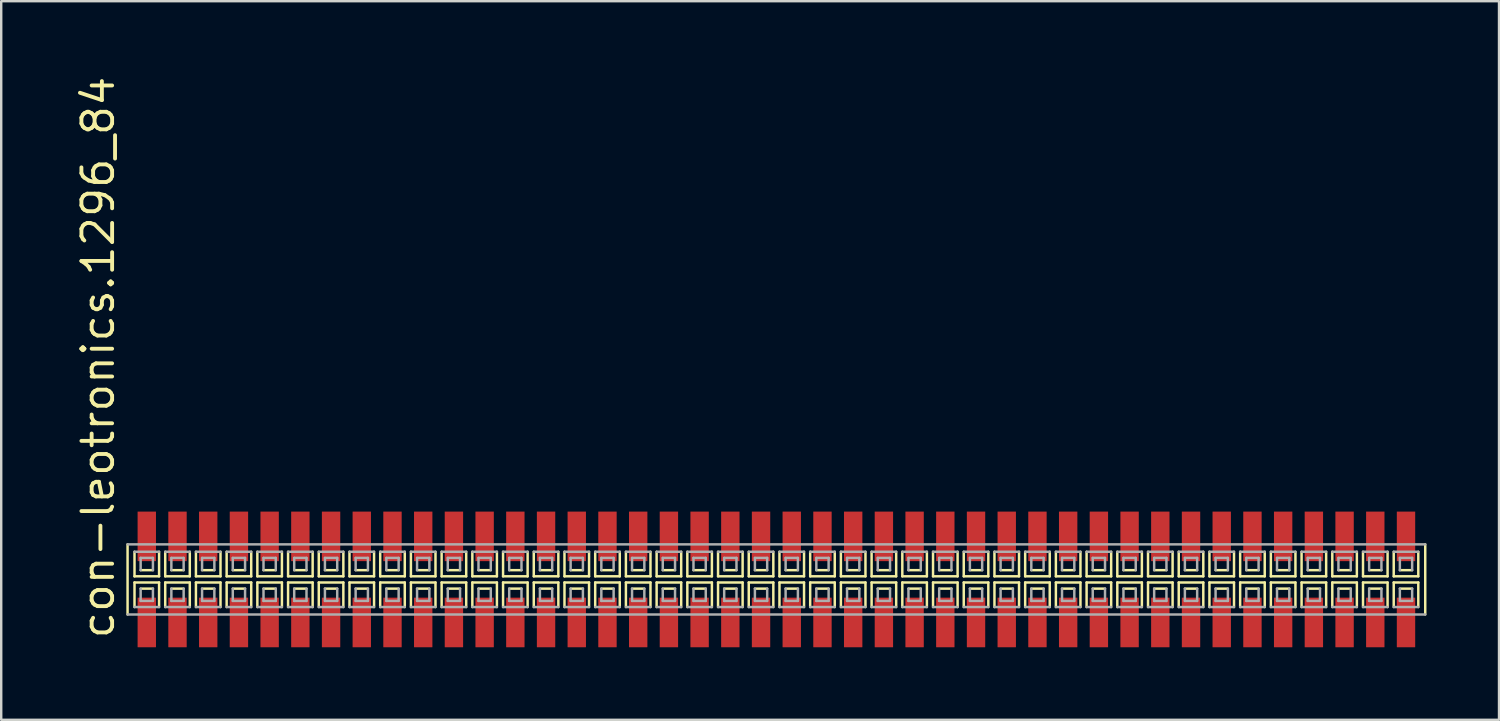
<source format=kicad_pcb>
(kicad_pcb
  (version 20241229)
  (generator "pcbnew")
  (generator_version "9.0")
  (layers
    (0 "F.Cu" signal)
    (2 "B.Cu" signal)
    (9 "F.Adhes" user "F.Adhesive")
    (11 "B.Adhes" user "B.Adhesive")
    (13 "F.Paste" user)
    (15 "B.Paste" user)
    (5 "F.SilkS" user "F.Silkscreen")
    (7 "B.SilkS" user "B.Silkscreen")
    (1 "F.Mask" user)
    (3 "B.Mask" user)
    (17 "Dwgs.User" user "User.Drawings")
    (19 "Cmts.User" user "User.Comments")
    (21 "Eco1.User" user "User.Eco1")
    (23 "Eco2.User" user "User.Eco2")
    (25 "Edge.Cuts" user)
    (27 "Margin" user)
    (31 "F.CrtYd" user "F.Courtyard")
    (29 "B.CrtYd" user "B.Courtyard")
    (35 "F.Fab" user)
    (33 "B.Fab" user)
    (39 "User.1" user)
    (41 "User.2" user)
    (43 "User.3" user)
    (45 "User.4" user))
  (footprint "con-leotronics.1296_84"
    (layer "F.Cu")
    (at 29.055 20.909)
    (property "Reference" "con-leotronics.1296_84" (at -27.305 2.54 90) (layer "F.SilkS") (effects (font (size 1.27 1.27) (thickness 0.16)) (justify left bottom)))
    (attr smd)
    (fp_line (start -26.83 -1.45) (end -26.83 1.45) (stroke (width 0.102) (type default)) (layer "F.SilkS"))
    (fp_line (start -26.543 -1.143) (end -26.543 -0.127) (stroke (width 0.102) (type default)) (layer "F.SilkS"))
    (fp_line (start -26.543 -0.127) (end -25.527 -0.127) (stroke (width 0.102) (type default)) (layer "F.SilkS"))
    (fp_line (start -26.543 0.127) (end -26.543 1.143) (stroke (width 0.102) (type default)) (layer "F.SilkS"))
    (fp_line (start -26.289 -0.381) (end -25.781 -0.381) (stroke (width 0.102) (type default)) (layer "F.SilkS"))
    (fp_line (start -25.781 0.381) (end -26.289 0.381) (stroke (width 0.102) (type default)) (layer "F.SilkS"))
    (fp_line (start -25.527 -0.127) (end -25.527 -1.143) (stroke (width 0.102) (type default)) (layer "F.SilkS"))
    (fp_line (start -25.527 0.127) (end -26.543 0.127) (stroke (width 0.102) (type default)) (layer "F.SilkS"))
    (fp_line (start -25.527 1.143) (end -25.527 0.127) (stroke (width 0.102) (type default)) (layer "F.SilkS"))
    (fp_line (start -25.273 -1.143) (end -25.273 -0.127) (stroke (width 0.102) (type default)) (layer "F.SilkS"))
    (fp_line (start -25.273 -0.127) (end -24.257 -0.127) (stroke (width 0.102) (type default)) (layer "F.SilkS"))
    (fp_line (start -25.273 0.127) (end -25.273 1.143) (stroke (width 0.102) (type default)) (layer "F.SilkS"))
    (fp_line (start -25.019 -0.381) (end -24.511 -0.381) (stroke (width 0.102) (type default)) (layer "F.SilkS"))
    (fp_line (start -24.511 0.381) (end -25.019 0.381) (stroke (width 0.102) (type default)) (layer "F.SilkS"))
    (fp_line (start -24.257 -0.127) (end -24.257 -1.143) (stroke (width 0.102) (type default)) (layer "F.SilkS"))
    (fp_line (start -24.257 0.127) (end -25.273 0.127) (stroke (width 0.102) (type default)) (layer "F.SilkS"))
    (fp_line (start -24.257 1.143) (end -24.257 0.127) (stroke (width 0.102) (type default)) (layer "F.SilkS"))
    (fp_line (start -24.003 -1.143) (end -24.003 -0.127) (stroke (width 0.102) (type default)) (layer "F.SilkS"))
    (fp_line (start -24.003 -0.127) (end -22.987 -0.127) (stroke (width 0.102) (type default)) (layer "F.SilkS"))
    (fp_line (start -24.003 0.127) (end -24.003 1.143) (stroke (width 0.102) (type default)) (layer "F.SilkS"))
    (fp_line (start -23.749 -0.381) (end -23.241 -0.381) (stroke (width 0.102) (type default)) (layer "F.SilkS"))
    (fp_line (start -23.241 0.381) (end -23.749 0.381) (stroke (width 0.102) (type default)) (layer "F.SilkS"))
    (fp_line (start -22.987 -0.127) (end -22.987 -1.143) (stroke (width 0.102) (type default)) (layer "F.SilkS"))
    (fp_line (start -22.987 0.127) (end -24.003 0.127) (stroke (width 0.102) (type default)) (layer "F.SilkS"))
    (fp_line (start -22.987 1.143) (end -22.987 0.127) (stroke (width 0.102) (type default)) (layer "F.SilkS"))
    (fp_line (start -22.733 -1.143) (end -22.733 -0.127) (stroke (width 0.102) (type default)) (layer "F.SilkS"))
    (fp_line (start -22.733 -0.127) (end -21.717 -0.127) (stroke (width 0.102) (type default)) (layer "F.SilkS"))
    (fp_line (start -22.733 0.127) (end -22.733 1.143) (stroke (width 0.102) (type default)) (layer "F.SilkS"))
    (fp_line (start -22.479 -0.381) (end -21.971 -0.381) (stroke (width 0.102) (type default)) (layer "F.SilkS"))
    (fp_line (start -21.971 0.381) (end -22.479 0.381) (stroke (width 0.102) (type default)) (layer "F.SilkS"))
    (fp_line (start -21.717 -0.127) (end -21.717 -1.143) (stroke (width 0.102) (type default)) (layer "F.SilkS"))
    (fp_line (start -21.717 0.127) (end -22.733 0.127) (stroke (width 0.102) (type default)) (layer "F.SilkS"))
    (fp_line (start -21.717 1.143) (end -21.717 0.127) (stroke (width 0.102) (type default)) (layer "F.SilkS"))
    (fp_line (start -21.463 -1.143) (end -21.463 -0.127) (stroke (width 0.102) (type default)) (layer "F.SilkS"))
    (fp_line (start -21.463 -0.127) (end -20.447 -0.127) (stroke (width 0.102) (type default)) (layer "F.SilkS"))
    (fp_line (start -21.463 0.127) (end -21.463 1.143) (stroke (width 0.102) (type default)) (layer "F.SilkS"))
    (fp_line (start -21.209 -0.381) (end -20.701 -0.381) (stroke (width 0.102) (type default)) (layer "F.SilkS"))
    (fp_line (start -20.701 0.381) (end -21.209 0.381) (stroke (width 0.102) (type default)) (layer "F.SilkS"))
    (fp_line (start -20.447 -0.127) (end -20.447 -1.143) (stroke (width 0.102) (type default)) (layer "F.SilkS"))
    (fp_line (start -20.447 0.127) (end -21.463 0.127) (stroke (width 0.102) (type default)) (layer "F.SilkS"))
    (fp_line (start -20.447 1.143) (end -20.447 0.127) (stroke (width 0.102) (type default)) (layer "F.SilkS"))
    (fp_line (start -20.193 -1.143) (end -20.193 -0.127) (stroke (width 0.102) (type default)) (layer "F.SilkS"))
    (fp_line (start -20.193 -0.127) (end -19.177 -0.127) (stroke (width 0.102) (type default)) (layer "F.SilkS"))
    (fp_line (start -20.193 0.127) (end -20.193 1.143) (stroke (width 0.102) (type default)) (layer "F.SilkS"))
    (fp_line (start -19.939 -0.381) (end -19.431 -0.381) (stroke (width 0.102) (type default)) (layer "F.SilkS"))
    (fp_line (start -19.431 0.381) (end -19.939 0.381) (stroke (width 0.102) (type default)) (layer "F.SilkS"))
    (fp_line (start -19.177 -0.127) (end -19.177 -1.143) (stroke (width 0.102) (type default)) (layer "F.SilkS"))
    (fp_line (start -19.177 0.127) (end -20.193 0.127) (stroke (width 0.102) (type default)) (layer "F.SilkS"))
    (fp_line (start -19.177 1.143) (end -19.177 0.127) (stroke (width 0.102) (type default)) (layer "F.SilkS"))
    (fp_line (start -18.923 -1.143) (end -18.923 -0.127) (stroke (width 0.102) (type default)) (layer "F.SilkS"))
    (fp_line (start -18.923 -0.127) (end -17.907 -0.127) (stroke (width 0.102) (type default)) (layer "F.SilkS"))
    (fp_line (start -18.923 0.127) (end -18.923 1.143) (stroke (width 0.102) (type default)) (layer "F.SilkS"))
    (fp_line (start -18.669 -0.381) (end -18.161 -0.381) (stroke (width 0.102) (type default)) (layer "F.SilkS"))
    (fp_line (start -18.161 0.381) (end -18.669 0.381) (stroke (width 0.102) (type default)) (layer "F.SilkS"))
    (fp_line (start -17.907 -0.127) (end -17.907 -1.143) (stroke (width 0.102) (type default)) (layer "F.SilkS"))
    (fp_line (start -17.907 0.127) (end -18.923 0.127) (stroke (width 0.102) (type default)) (layer "F.SilkS"))
    (fp_line (start -17.907 1.143) (end -17.907 0.127) (stroke (width 0.102) (type default)) (layer "F.SilkS"))
    (fp_line (start -17.653 -1.143) (end -17.653 -0.127) (stroke (width 0.102) (type default)) (layer "F.SilkS"))
    (fp_line (start -17.653 -0.127) (end -16.637 -0.127) (stroke (width 0.102) (type default)) (layer "F.SilkS"))
    (fp_line (start -17.653 0.127) (end -17.653 1.143) (stroke (width 0.102) (type default)) (layer "F.SilkS"))
    (fp_line (start -17.399 -0.381) (end -16.891 -0.381) (stroke (width 0.102) (type default)) (layer "F.SilkS"))
    (fp_line (start -16.891 0.381) (end -17.399 0.381) (stroke (width 0.102) (type default)) (layer "F.SilkS"))
    (fp_line (start -16.637 -0.127) (end -16.637 -1.143) (stroke (width 0.102) (type default)) (layer "F.SilkS"))
    (fp_line (start -16.637 0.127) (end -17.653 0.127) (stroke (width 0.102) (type default)) (layer "F.SilkS"))
    (fp_line (start -16.637 1.143) (end -16.637 0.127) (stroke (width 0.102) (type default)) (layer "F.SilkS"))
    (fp_line (start -16.383 -1.143) (end -16.383 -0.127) (stroke (width 0.102) (type default)) (layer "F.SilkS"))
    (fp_line (start -16.383 -0.127) (end -15.367 -0.127) (stroke (width 0.102) (type default)) (layer "F.SilkS"))
    (fp_line (start -16.383 0.127) (end -16.383 1.143) (stroke (width 0.102) (type default)) (layer "F.SilkS"))
    (fp_line (start -16.129 -0.381) (end -15.621 -0.381) (stroke (width 0.102) (type default)) (layer "F.SilkS"))
    (fp_line (start -15.621 0.381) (end -16.129 0.381) (stroke (width 0.102) (type default)) (layer "F.SilkS"))
    (fp_line (start -15.367 -0.127) (end -15.367 -1.143) (stroke (width 0.102) (type default)) (layer "F.SilkS"))
    (fp_line (start -15.367 0.127) (end -16.383 0.127) (stroke (width 0.102) (type default)) (layer "F.SilkS"))
    (fp_line (start -15.367 1.143) (end -15.367 0.127) (stroke (width 0.102) (type default)) (layer "F.SilkS"))
    (fp_line (start -15.113 -1.143) (end -15.113 -0.127) (stroke (width 0.102) (type default)) (layer "F.SilkS"))
    (fp_line (start -15.113 -0.127) (end -14.097 -0.127) (stroke (width 0.102) (type default)) (layer "F.SilkS"))
    (fp_line (start -15.113 0.127) (end -15.113 1.143) (stroke (width 0.102) (type default)) (layer "F.SilkS"))
    (fp_line (start -14.859 -0.381) (end -14.351 -0.381) (stroke (width 0.102) (type default)) (layer "F.SilkS"))
    (fp_line (start -14.351 0.381) (end -14.859 0.381) (stroke (width 0.102) (type default)) (layer "F.SilkS"))
    (fp_line (start -14.097 -0.127) (end -14.097 -1.143) (stroke (width 0.102) (type default)) (layer "F.SilkS"))
    (fp_line (start -14.097 0.127) (end -15.113 0.127) (stroke (width 0.102) (type default)) (layer "F.SilkS"))
    (fp_line (start -14.097 1.143) (end -14.097 0.127) (stroke (width 0.102) (type default)) (layer "F.SilkS"))
    (fp_line (start -13.843 -1.143) (end -13.843 -0.127) (stroke (width 0.102) (type default)) (layer "F.SilkS"))
    (fp_line (start -13.843 -0.127) (end -12.827 -0.127) (stroke (width 0.102) (type default)) (layer "F.SilkS"))
    (fp_line (start -13.843 0.127) (end -13.843 1.143) (stroke (width 0.102) (type default)) (layer "F.SilkS"))
    (fp_line (start -13.589 -0.381) (end -13.081 -0.381) (stroke (width 0.102) (type default)) (layer "F.SilkS"))
    (fp_line (start -13.081 0.381) (end -13.589 0.381) (stroke (width 0.102) (type default)) (layer "F.SilkS"))
    (fp_line (start -12.827 -0.127) (end -12.827 -1.143) (stroke (width 0.102) (type default)) (layer "F.SilkS"))
    (fp_line (start -12.827 0.127) (end -13.843 0.127) (stroke (width 0.102) (type default)) (layer "F.SilkS"))
    (fp_line (start -12.827 1.143) (end -12.827 0.127) (stroke (width 0.102) (type default)) (layer "F.SilkS"))
    (fp_line (start -12.573 -1.143) (end -12.573 -0.127) (stroke (width 0.102) (type default)) (layer "F.SilkS"))
    (fp_line (start -12.573 -0.127) (end -11.557 -0.127) (stroke (width 0.102) (type default)) (layer "F.SilkS"))
    (fp_line (start -12.573 0.127) (end -12.573 1.143) (stroke (width 0.102) (type default)) (layer "F.SilkS"))
    (fp_line (start -12.319 -0.381) (end -11.811 -0.381) (stroke (width 0.102) (type default)) (layer "F.SilkS"))
    (fp_line (start -11.811 0.381) (end -12.319 0.381) (stroke (width 0.102) (type default)) (layer "F.SilkS"))
    (fp_line (start -11.557 -0.127) (end -11.557 -1.143) (stroke (width 0.102) (type default)) (layer "F.SilkS"))
    (fp_line (start -11.557 0.127) (end -12.573 0.127) (stroke (width 0.102) (type default)) (layer "F.SilkS"))
    (fp_line (start -11.557 1.143) (end -11.557 0.127) (stroke (width 0.102) (type default)) (layer "F.SilkS"))
    (fp_line (start -11.303 -1.143) (end -11.303 -0.127) (stroke (width 0.102) (type default)) (layer "F.SilkS"))
    (fp_line (start -11.303 -0.127) (end -10.287 -0.127) (stroke (width 0.102) (type default)) (layer "F.SilkS"))
    (fp_line (start -11.303 0.127) (end -11.303 1.143) (stroke (width 0.102) (type default)) (layer "F.SilkS"))
    (fp_line (start -11.049 -0.381) (end -10.541 -0.381) (stroke (width 0.102) (type default)) (layer "F.SilkS"))
    (fp_line (start -10.541 0.381) (end -11.049 0.381) (stroke (width 0.102) (type default)) (layer "F.SilkS"))
    (fp_line (start -10.287 -0.127) (end -10.287 -1.143) (stroke (width 0.102) (type default)) (layer "F.SilkS"))
    (fp_line (start -10.287 0.127) (end -11.303 0.127) (stroke (width 0.102) (type default)) (layer "F.SilkS"))
    (fp_line (start -10.287 1.143) (end -10.287 0.127) (stroke (width 0.102) (type default)) (layer "F.SilkS"))
    (fp_line (start -10.033 -1.143) (end -10.033 -0.127) (stroke (width 0.102) (type default)) (layer "F.SilkS"))
    (fp_line (start -10.033 -0.127) (end -9.017 -0.127) (stroke (width 0.102) (type default)) (layer "F.SilkS"))
    (fp_line (start -10.033 0.127) (end -10.033 1.143) (stroke (width 0.102) (type default)) (layer "F.SilkS"))
    (fp_line (start -9.779 -0.381) (end -9.271 -0.381) (stroke (width 0.102) (type default)) (layer "F.SilkS"))
    (fp_line (start -9.271 0.381) (end -9.779 0.381) (stroke (width 0.102) (type default)) (layer "F.SilkS"))
    (fp_line (start -9.017 -0.127) (end -9.017 -1.143) (stroke (width 0.102) (type default)) (layer "F.SilkS"))
    (fp_line (start -9.017 0.127) (end -10.033 0.127) (stroke (width 0.102) (type default)) (layer "F.SilkS"))
    (fp_line (start -9.017 1.143) (end -9.017 0.127) (stroke (width 0.102) (type default)) (layer "F.SilkS"))
    (fp_line (start -8.763 -1.143) (end -8.763 -0.127) (stroke (width 0.102) (type default)) (layer "F.SilkS"))
    (fp_line (start -8.763 -0.127) (end -7.747 -0.127) (stroke (width 0.102) (type default)) (layer "F.SilkS"))
    (fp_line (start -8.763 0.127) (end -8.763 1.143) (stroke (width 0.102) (type default)) (layer "F.SilkS"))
    (fp_line (start -8.509 -0.381) (end -8.001 -0.381) (stroke (width 0.102) (type default)) (layer "F.SilkS"))
    (fp_line (start -8.001 0.381) (end -8.509 0.381) (stroke (width 0.102) (type default)) (layer "F.SilkS"))
    (fp_line (start -7.747 -0.127) (end -7.747 -1.143) (stroke (width 0.102) (type default)) (layer "F.SilkS"))
    (fp_line (start -7.747 0.127) (end -8.763 0.127) (stroke (width 0.102) (type default)) (layer "F.SilkS"))
    (fp_line (start -7.747 1.143) (end -7.747 0.127) (stroke (width 0.102) (type default)) (layer "F.SilkS"))
    (fp_line (start -7.493 -1.143) (end -7.493 -0.127) (stroke (width 0.102) (type default)) (layer "F.SilkS"))
    (fp_line (start -7.493 -0.127) (end -6.477 -0.127) (stroke (width 0.102) (type default)) (layer "F.SilkS"))
    (fp_line (start -7.493 0.127) (end -7.493 1.143) (stroke (width 0.102) (type default)) (layer "F.SilkS"))
    (fp_line (start -7.239 -0.381) (end -6.731 -0.381) (stroke (width 0.102) (type default)) (layer "F.SilkS"))
    (fp_line (start -6.731 0.381) (end -7.239 0.381) (stroke (width 0.102) (type default)) (layer "F.SilkS"))
    (fp_line (start -6.477 -0.127) (end -6.477 -1.143) (stroke (width 0.102) (type default)) (layer "F.SilkS"))
    (fp_line (start -6.477 0.127) (end -7.493 0.127) (stroke (width 0.102) (type default)) (layer "F.SilkS"))
    (fp_line (start -6.477 1.143) (end -6.477 0.127) (stroke (width 0.102) (type default)) (layer "F.SilkS"))
    (fp_line (start -6.223 -1.143) (end -6.223 -0.127) (stroke (width 0.102) (type default)) (layer "F.SilkS"))
    (fp_line (start -6.223 -0.127) (end -5.207 -0.127) (stroke (width 0.102) (type default)) (layer "F.SilkS"))
    (fp_line (start -6.223 0.127) (end -6.223 1.143) (stroke (width 0.102) (type default)) (layer "F.SilkS"))
    (fp_line (start -5.969 -0.381) (end -5.461 -0.381) (stroke (width 0.102) (type default)) (layer "F.SilkS"))
    (fp_line (start -5.461 0.381) (end -5.969 0.381) (stroke (width 0.102) (type default)) (layer "F.SilkS"))
    (fp_line (start -5.207 -0.127) (end -5.207 -1.143) (stroke (width 0.102) (type default)) (layer "F.SilkS"))
    (fp_line (start -5.207 0.127) (end -6.223 0.127) (stroke (width 0.102) (type default)) (layer "F.SilkS"))
    (fp_line (start -5.207 1.143) (end -5.207 0.127) (stroke (width 0.102) (type default)) (layer "F.SilkS"))
    (fp_line (start -4.953 -1.143) (end -4.953 -0.127) (stroke (width 0.102) (type default)) (layer "F.SilkS"))
    (fp_line (start -4.953 -0.127) (end -3.937 -0.127) (stroke (width 0.102) (type default)) (layer "F.SilkS"))
    (fp_line (start -4.953 0.127) (end -4.953 1.143) (stroke (width 0.102) (type default)) (layer "F.SilkS"))
    (fp_line (start -4.699 -0.381) (end -4.191 -0.381) (stroke (width 0.102) (type default)) (layer "F.SilkS"))
    (fp_line (start -4.191 0.381) (end -4.699 0.381) (stroke (width 0.102) (type default)) (layer "F.SilkS"))
    (fp_line (start -3.937 -0.127) (end -3.937 -1.143) (stroke (width 0.102) (type default)) (layer "F.SilkS"))
    (fp_line (start -3.937 0.127) (end -4.953 0.127) (stroke (width 0.102) (type default)) (layer "F.SilkS"))
    (fp_line (start -3.937 1.143) (end -3.937 0.127) (stroke (width 0.102) (type default)) (layer "F.SilkS"))
    (fp_line (start -3.683 -1.143) (end -3.683 -0.127) (stroke (width 0.102) (type default)) (layer "F.SilkS"))
    (fp_line (start -3.683 -0.127) (end -2.667 -0.127) (stroke (width 0.102) (type default)) (layer "F.SilkS"))
    (fp_line (start -3.683 0.127) (end -3.683 1.143) (stroke (width 0.102) (type default)) (layer "F.SilkS"))
    (fp_line (start -3.429 -0.381) (end -2.921 -0.381) (stroke (width 0.102) (type default)) (layer "F.SilkS"))
    (fp_line (start -2.921 0.381) (end -3.429 0.381) (stroke (width 0.102) (type default)) (layer "F.SilkS"))
    (fp_line (start -2.667 -0.127) (end -2.667 -1.143) (stroke (width 0.102) (type default)) (layer "F.SilkS"))
    (fp_line (start -2.667 0.127) (end -3.683 0.127) (stroke (width 0.102) (type default)) (layer "F.SilkS"))
    (fp_line (start -2.667 1.143) (end -2.667 0.127) (stroke (width 0.102) (type default)) (layer "F.SilkS"))
    (fp_line (start -2.413 -1.143) (end -2.413 -0.127) (stroke (width 0.102) (type default)) (layer "F.SilkS"))
    (fp_line (start -2.413 -0.127) (end -1.397 -0.127) (stroke (width 0.102) (type default)) (layer "F.SilkS"))
    (fp_line (start -2.413 0.127) (end -2.413 1.143) (stroke (width 0.102) (type default)) (layer "F.SilkS"))
    (fp_line (start -2.159 -0.381) (end -1.651 -0.381) (stroke (width 0.102) (type default)) (layer "F.SilkS"))
    (fp_line (start -1.651 0.381) (end -2.159 0.381) (stroke (width 0.102) (type default)) (layer "F.SilkS"))
    (fp_line (start -1.397 -0.127) (end -1.397 -1.143) (stroke (width 0.102) (type default)) (layer "F.SilkS"))
    (fp_line (start -1.397 0.127) (end -2.413 0.127) (stroke (width 0.102) (type default)) (layer "F.SilkS"))
    (fp_line (start -1.397 1.143) (end -1.397 0.127) (stroke (width 0.102) (type default)) (layer "F.SilkS"))
    (fp_line (start -1.143 -1.143) (end -1.143 -0.127) (stroke (width 0.102) (type default)) (layer "F.SilkS"))
    (fp_line (start -1.143 -0.127) (end -0.127 -0.127) (stroke (width 0.102) (type default)) (layer "F.SilkS"))
    (fp_line (start -1.143 0.127) (end -1.143 1.143) (stroke (width 0.102) (type default)) (layer "F.SilkS"))
    (fp_line (start -0.889 -0.381) (end -0.381 -0.381) (stroke (width 0.102) (type default)) (layer "F.SilkS"))
    (fp_line (start -0.381 0.381) (end -0.889 0.381) (stroke (width 0.102) (type default)) (layer "F.SilkS"))
    (fp_line (start -0.127 -0.127) (end -0.127 -1.143) (stroke (width 0.102) (type default)) (layer "F.SilkS"))
    (fp_line (start -0.127 0.127) (end -1.143 0.127) (stroke (width 0.102) (type default)) (layer "F.SilkS"))
    (fp_line (start -0.127 1.143) (end -0.127 0.127) (stroke (width 0.102) (type default)) (layer "F.SilkS"))
    (fp_line (start 0.127 -1.143) (end 0.127 -0.127) (stroke (width 0.102) (type default)) (layer "F.SilkS"))
    (fp_line (start 0.127 -0.127) (end 1.143 -0.127) (stroke (width 0.102) (type default)) (layer "F.SilkS"))
    (fp_line (start 0.127 0.127) (end 0.127 1.143) (stroke (width 0.102) (type default)) (layer "F.SilkS"))
    (fp_line (start 0.381 -0.381) (end 0.889 -0.381) (stroke (width 0.102) (type default)) (layer "F.SilkS"))
    (fp_line (start 0.889 0.381) (end 0.381 0.381) (stroke (width 0.102) (type default)) (layer "F.SilkS"))
    (fp_line (start 1.143 -0.127) (end 1.143 -1.143) (stroke (width 0.102) (type default)) (layer "F.SilkS"))
    (fp_line (start 1.143 0.127) (end 0.127 0.127) (stroke (width 0.102) (type default)) (layer "F.SilkS"))
    (fp_line (start 1.143 1.143) (end 1.143 0.127) (stroke (width 0.102) (type default)) (layer "F.SilkS"))
    (fp_line (start 1.397 -1.143) (end 1.397 -0.127) (stroke (width 0.102) (type default)) (layer "F.SilkS"))
    (fp_line (start 1.397 -0.127) (end 2.413 -0.127) (stroke (width 0.102) (type default)) (layer "F.SilkS"))
    (fp_line (start 1.397 0.127) (end 1.397 1.143) (stroke (width 0.102) (type default)) (layer "F.SilkS"))
    (fp_line (start 1.651 -0.381) (end 2.159 -0.381) (stroke (width 0.102) (type default)) (layer "F.SilkS"))
    (fp_line (start 2.159 0.381) (end 1.651 0.381) (stroke (width 0.102) (type default)) (layer "F.SilkS"))
    (fp_line (start 2.413 -0.127) (end 2.413 -1.143) (stroke (width 0.102) (type default)) (layer "F.SilkS"))
    (fp_line (start 2.413 0.127) (end 1.397 0.127) (stroke (width 0.102) (type default)) (layer "F.SilkS"))
    (fp_line (start 2.413 1.143) (end 2.413 0.127) (stroke (width 0.102) (type default)) (layer "F.SilkS"))
    (fp_line (start 2.667 -1.143) (end 2.667 -0.127) (stroke (width 0.102) (type default)) (layer "F.SilkS"))
    (fp_line (start 2.667 -0.127) (end 3.683 -0.127) (stroke (width 0.102) (type default)) (layer "F.SilkS"))
    (fp_line (start 2.667 0.127) (end 2.667 1.143) (stroke (width 0.102) (type default)) (layer "F.SilkS"))
    (fp_line (start 2.921 -0.381) (end 3.429 -0.381) (stroke (width 0.102) (type default)) (layer "F.SilkS"))
    (fp_line (start 3.429 0.381) (end 2.921 0.381) (stroke (width 0.102) (type default)) (layer "F.SilkS"))
    (fp_line (start 3.683 -0.127) (end 3.683 -1.143) (stroke (width 0.102) (type default)) (layer "F.SilkS"))
    (fp_line (start 3.683 0.127) (end 2.667 0.127) (stroke (width 0.102) (type default)) (layer "F.SilkS"))
    (fp_line (start 3.683 1.143) (end 3.683 0.127) (stroke (width 0.102) (type default)) (layer "F.SilkS"))
    (fp_line (start 3.937 -1.143) (end 3.937 -0.127) (stroke (width 0.102) (type default)) (layer "F.SilkS"))
    (fp_line (start 3.937 -0.127) (end 4.953 -0.127) (stroke (width 0.102) (type default)) (layer "F.SilkS"))
    (fp_line (start 3.937 0.127) (end 3.937 1.143) (stroke (width 0.102) (type default)) (layer "F.SilkS"))
    (fp_line (start 4.191 -0.381) (end 4.699 -0.381) (stroke (width 0.102) (type default)) (layer "F.SilkS"))
    (fp_line (start 4.699 0.381) (end 4.191 0.381) (stroke (width 0.102) (type default)) (layer "F.SilkS"))
    (fp_line (start 4.953 -0.127) (end 4.953 -1.143) (stroke (width 0.102) (type default)) (layer "F.SilkS"))
    (fp_line (start 4.953 0.127) (end 3.937 0.127) (stroke (width 0.102) (type default)) (layer "F.SilkS"))
    (fp_line (start 4.953 1.143) (end 4.953 0.127) (stroke (width 0.102) (type default)) (layer "F.SilkS"))
    (fp_line (start 5.207 -1.143) (end 5.207 -0.127) (stroke (width 0.102) (type default)) (layer "F.SilkS"))
    (fp_line (start 5.207 -0.127) (end 6.223 -0.127) (stroke (width 0.102) (type default)) (layer "F.SilkS"))
    (fp_line (start 5.207 0.127) (end 5.207 1.143) (stroke (width 0.102) (type default)) (layer "F.SilkS"))
    (fp_line (start 5.461 -0.381) (end 5.969 -0.381) (stroke (width 0.102) (type default)) (layer "F.SilkS"))
    (fp_line (start 5.969 0.381) (end 5.461 0.381) (stroke (width 0.102) (type default)) (layer "F.SilkS"))
    (fp_line (start 6.223 -0.127) (end 6.223 -1.143) (stroke (width 0.102) (type default)) (layer "F.SilkS"))
    (fp_line (start 6.223 0.127) (end 5.207 0.127) (stroke (width 0.102) (type default)) (layer "F.SilkS"))
    (fp_line (start 6.223 1.143) (end 6.223 0.127) (stroke (width 0.102) (type default)) (layer "F.SilkS"))
    (fp_line (start 6.477 -1.143) (end 6.477 -0.127) (stroke (width 0.102) (type default)) (layer "F.SilkS"))
    (fp_line (start 6.477 -0.127) (end 7.493 -0.127) (stroke (width 0.102) (type default)) (layer "F.SilkS"))
    (fp_line (start 6.477 0.127) (end 6.477 1.143) (stroke (width 0.102) (type default)) (layer "F.SilkS"))
    (fp_line (start 6.731 -0.381) (end 7.239 -0.381) (stroke (width 0.102) (type default)) (layer "F.SilkS"))
    (fp_line (start 7.239 0.381) (end 6.731 0.381) (stroke (width 0.102) (type default)) (layer "F.SilkS"))
    (fp_line (start 7.493 -0.127) (end 7.493 -1.143) (stroke (width 0.102) (type default)) (layer "F.SilkS"))
    (fp_line (start 7.493 0.127) (end 6.477 0.127) (stroke (width 0.102) (type default)) (layer "F.SilkS"))
    (fp_line (start 7.493 1.143) (end 7.493 0.127) (stroke (width 0.102) (type default)) (layer "F.SilkS"))
    (fp_line (start 7.747 -1.143) (end 7.747 -0.127) (stroke (width 0.102) (type default)) (layer "F.SilkS"))
    (fp_line (start 7.747 -0.127) (end 8.763 -0.127) (stroke (width 0.102) (type default)) (layer "F.SilkS"))
    (fp_line (start 7.747 0.127) (end 7.747 1.143) (stroke (width 0.102) (type default)) (layer "F.SilkS"))
    (fp_line (start 8.001 -0.381) (end 8.509 -0.381) (stroke (width 0.102) (type default)) (layer "F.SilkS"))
    (fp_line (start 8.509 0.381) (end 8.001 0.381) (stroke (width 0.102) (type default)) (layer "F.SilkS"))
    (fp_line (start 8.763 -0.127) (end 8.763 -1.143) (stroke (width 0.102) (type default)) (layer "F.SilkS"))
    (fp_line (start 8.763 0.127) (end 7.747 0.127) (stroke (width 0.102) (type default)) (layer "F.SilkS"))
    (fp_line (start 8.763 1.143) (end 8.763 0.127) (stroke (width 0.102) (type default)) (layer "F.SilkS"))
    (fp_line (start 9.017 -1.143) (end 9.017 -0.127) (stroke (width 0.102) (type default)) (layer "F.SilkS"))
    (fp_line (start 9.017 -0.127) (end 10.033 -0.127) (stroke (width 0.102) (type default)) (layer "F.SilkS"))
    (fp_line (start 9.017 0.127) (end 9.017 1.143) (stroke (width 0.102) (type default)) (layer "F.SilkS"))
    (fp_line (start 9.271 -0.381) (end 9.779 -0.381) (stroke (width 0.102) (type default)) (layer "F.SilkS"))
    (fp_line (start 9.779 0.381) (end 9.271 0.381) (stroke (width 0.102) (type default)) (layer "F.SilkS"))
    (fp_line (start 10.033 -0.127) (end 10.033 -1.143) (stroke (width 0.102) (type default)) (layer "F.SilkS"))
    (fp_line (start 10.033 0.127) (end 9.017 0.127) (stroke (width 0.102) (type default)) (layer "F.SilkS"))
    (fp_line (start 10.033 1.143) (end 10.033 0.127) (stroke (width 0.102) (type default)) (layer "F.SilkS"))
    (fp_line (start 10.287 -1.143) (end 10.287 -0.127) (stroke (width 0.102) (type default)) (layer "F.SilkS"))
    (fp_line (start 10.287 -0.127) (end 11.303 -0.127) (stroke (width 0.102) (type default)) (layer "F.SilkS"))
    (fp_line (start 10.287 0.127) (end 10.287 1.143) (stroke (width 0.102) (type default)) (layer "F.SilkS"))
    (fp_line (start 10.541 -0.381) (end 11.049 -0.381) (stroke (width 0.102) (type default)) (layer "F.SilkS"))
    (fp_line (start 11.049 0.381) (end 10.541 0.381) (stroke (width 0.102) (type default)) (layer "F.SilkS"))
    (fp_line (start 11.303 -0.127) (end 11.303 -1.143) (stroke (width 0.102) (type default)) (layer "F.SilkS"))
    (fp_line (start 11.303 0.127) (end 10.287 0.127) (stroke (width 0.102) (type default)) (layer "F.SilkS"))
    (fp_line (start 11.303 1.143) (end 11.303 0.127) (stroke (width 0.102) (type default)) (layer "F.SilkS"))
    (fp_line (start 11.557 -1.143) (end 11.557 -0.127) (stroke (width 0.102) (type default)) (layer "F.SilkS"))
    (fp_line (start 11.557 -0.127) (end 12.573 -0.127) (stroke (width 0.102) (type default)) (layer "F.SilkS"))
    (fp_line (start 11.557 0.127) (end 11.557 1.143) (stroke (width 0.102) (type default)) (layer "F.SilkS"))
    (fp_line (start 11.811 -0.381) (end 12.319 -0.381) (stroke (width 0.102) (type default)) (layer "F.SilkS"))
    (fp_line (start 12.319 0.381) (end 11.811 0.381) (stroke (width 0.102) (type default)) (layer "F.SilkS"))
    (fp_line (start 12.573 -0.127) (end 12.573 -1.143) (stroke (width 0.102) (type default)) (layer "F.SilkS"))
    (fp_line (start 12.573 0.127) (end 11.557 0.127) (stroke (width 0.102) (type default)) (layer "F.SilkS"))
    (fp_line (start 12.573 1.143) (end 12.573 0.127) (stroke (width 0.102) (type default)) (layer "F.SilkS"))
    (fp_line (start 12.827 -1.143) (end 12.827 -0.127) (stroke (width 0.102) (type default)) (layer "F.SilkS"))
    (fp_line (start 12.827 -0.127) (end 13.843 -0.127) (stroke (width 0.102) (type default)) (layer "F.SilkS"))
    (fp_line (start 12.827 0.127) (end 12.827 1.143) (stroke (width 0.102) (type default)) (layer "F.SilkS"))
    (fp_line (start 13.081 -0.381) (end 13.589 -0.381) (stroke (width 0.102) (type default)) (layer "F.SilkS"))
    (fp_line (start 13.589 0.381) (end 13.081 0.381) (stroke (width 0.102) (type default)) (layer "F.SilkS"))
    (fp_line (start 13.843 -0.127) (end 13.843 -1.143) (stroke (width 0.102) (type default)) (layer "F.SilkS"))
    (fp_line (start 13.843 0.127) (end 12.827 0.127) (stroke (width 0.102) (type default)) (layer "F.SilkS"))
    (fp_line (start 13.843 1.143) (end 13.843 0.127) (stroke (width 0.102) (type default)) (layer "F.SilkS"))
    (fp_line (start 14.097 -1.143) (end 14.097 -0.127) (stroke (width 0.102) (type default)) (layer "F.SilkS"))
    (fp_line (start 14.097 -0.127) (end 15.113 -0.127) (stroke (width 0.102) (type default)) (layer "F.SilkS"))
    (fp_line (start 14.097 0.127) (end 14.097 1.143) (stroke (width 0.102) (type default)) (layer "F.SilkS"))
    (fp_line (start 14.351 -0.381) (end 14.859 -0.381) (stroke (width 0.102) (type default)) (layer "F.SilkS"))
    (fp_line (start 14.859 0.381) (end 14.351 0.381) (stroke (width 0.102) (type default)) (layer "F.SilkS"))
    (fp_line (start 15.113 -0.127) (end 15.113 -1.143) (stroke (width 0.102) (type default)) (layer "F.SilkS"))
    (fp_line (start 15.113 0.127) (end 14.097 0.127) (stroke (width 0.102) (type default)) (layer "F.SilkS"))
    (fp_line (start 15.113 1.143) (end 15.113 0.127) (stroke (width 0.102) (type default)) (layer "F.SilkS"))
    (fp_line (start 15.367 -1.143) (end 15.367 -0.127) (stroke (width 0.102) (type default)) (layer "F.SilkS"))
    (fp_line (start 15.367 -0.127) (end 16.383 -0.127) (stroke (width 0.102) (type default)) (layer "F.SilkS"))
    (fp_line (start 15.367 0.127) (end 15.367 1.143) (stroke (width 0.102) (type default)) (layer "F.SilkS"))
    (fp_line (start 15.621 -0.381) (end 16.129 -0.381) (stroke (width 0.102) (type default)) (layer "F.SilkS"))
    (fp_line (start 16.129 0.381) (end 15.621 0.381) (stroke (width 0.102) (type default)) (layer "F.SilkS"))
    (fp_line (start 16.383 -0.127) (end 16.383 -1.143) (stroke (width 0.102) (type default)) (layer "F.SilkS"))
    (fp_line (start 16.383 0.127) (end 15.367 0.127) (stroke (width 0.102) (type default)) (layer "F.SilkS"))
    (fp_line (start 16.383 1.143) (end 16.383 0.127) (stroke (width 0.102) (type default)) (layer "F.SilkS"))
    (fp_line (start 16.637 -1.143) (end 16.637 -0.127) (stroke (width 0.102) (type default)) (layer "F.SilkS"))
    (fp_line (start 16.637 -0.127) (end 17.653 -0.127) (stroke (width 0.102) (type default)) (layer "F.SilkS"))
    (fp_line (start 16.637 0.127) (end 16.637 1.143) (stroke (width 0.102) (type default)) (layer "F.SilkS"))
    (fp_line (start 16.891 -0.381) (end 17.399 -0.381) (stroke (width 0.102) (type default)) (layer "F.SilkS"))
    (fp_line (start 17.399 0.381) (end 16.891 0.381) (stroke (width 0.102) (type default)) (layer "F.SilkS"))
    (fp_line (start 17.653 -0.127) (end 17.653 -1.143) (stroke (width 0.102) (type default)) (layer "F.SilkS"))
    (fp_line (start 17.653 0.127) (end 16.637 0.127) (stroke (width 0.102) (type default)) (layer "F.SilkS"))
    (fp_line (start 17.653 1.143) (end 17.653 0.127) (stroke (width 0.102) (type default)) (layer "F.SilkS"))
    (fp_line (start 17.907 -1.143) (end 17.907 -0.127) (stroke (width 0.102) (type default)) (layer "F.SilkS"))
    (fp_line (start 17.907 -0.127) (end 18.923 -0.127) (stroke (width 0.102) (type default)) (layer "F.SilkS"))
    (fp_line (start 17.907 0.127) (end 17.907 1.143) (stroke (width 0.102) (type default)) (layer "F.SilkS"))
    (fp_line (start 18.161 -0.381) (end 18.669 -0.381) (stroke (width 0.102) (type default)) (layer "F.SilkS"))
    (fp_line (start 18.669 0.381) (end 18.161 0.381) (stroke (width 0.102) (type default)) (layer "F.SilkS"))
    (fp_line (start 18.923 -0.127) (end 18.923 -1.143) (stroke (width 0.102) (type default)) (layer "F.SilkS"))
    (fp_line (start 18.923 0.127) (end 17.907 0.127) (stroke (width 0.102) (type default)) (layer "F.SilkS"))
    (fp_line (start 18.923 1.143) (end 18.923 0.127) (stroke (width 0.102) (type default)) (layer "F.SilkS"))
    (fp_line (start 19.177 -1.143) (end 19.177 -0.127) (stroke (width 0.102) (type default)) (layer "F.SilkS"))
    (fp_line (start 19.177 -0.127) (end 20.193 -0.127) (stroke (width 0.102) (type default)) (layer "F.SilkS"))
    (fp_line (start 19.177 0.127) (end 19.177 1.143) (stroke (width 0.102) (type default)) (layer "F.SilkS"))
    (fp_line (start 19.431 -0.381) (end 19.939 -0.381) (stroke (width 0.102) (type default)) (layer "F.SilkS"))
    (fp_line (start 19.939 0.381) (end 19.431 0.381) (stroke (width 0.102) (type default)) (layer "F.SilkS"))
    (fp_line (start 20.193 -0.127) (end 20.193 -1.143) (stroke (width 0.102) (type default)) (layer "F.SilkS"))
    (fp_line (start 20.193 0.127) (end 19.177 0.127) (stroke (width 0.102) (type default)) (layer "F.SilkS"))
    (fp_line (start 20.193 1.143) (end 20.193 0.127) (stroke (width 0.102) (type default)) (layer "F.SilkS"))
    (fp_line (start 20.447 -1.143) (end 20.447 -0.127) (stroke (width 0.102) (type default)) (layer "F.SilkS"))
    (fp_line (start 20.447 -0.127) (end 21.463 -0.127) (stroke (width 0.102) (type default)) (layer "F.SilkS"))
    (fp_line (start 20.447 0.127) (end 20.447 1.143) (stroke (width 0.102) (type default)) (layer "F.SilkS"))
    (fp_line (start 20.701 -0.381) (end 21.209 -0.381) (stroke (width 0.102) (type default)) (layer "F.SilkS"))
    (fp_line (start 21.209 0.381) (end 20.701 0.381) (stroke (width 0.102) (type default)) (layer "F.SilkS"))
    (fp_line (start 21.463 -0.127) (end 21.463 -1.143) (stroke (width 0.102) (type default)) (layer "F.SilkS"))
    (fp_line (start 21.463 0.127) (end 20.447 0.127) (stroke (width 0.102) (type default)) (layer "F.SilkS"))
    (fp_line (start 21.463 1.143) (end 21.463 0.127) (stroke (width 0.102) (type default)) (layer "F.SilkS"))
    (fp_line (start 21.717 -1.143) (end 21.717 -0.127) (stroke (width 0.102) (type default)) (layer "F.SilkS"))
    (fp_line (start 21.717 -0.127) (end 22.733 -0.127) (stroke (width 0.102) (type default)) (layer "F.SilkS"))
    (fp_line (start 21.717 0.127) (end 21.717 1.143) (stroke (width 0.102) (type default)) (layer "F.SilkS"))
    (fp_line (start 21.971 -0.381) (end 22.479 -0.381) (stroke (width 0.102) (type default)) (layer "F.SilkS"))
    (fp_line (start 22.479 0.381) (end 21.971 0.381) (stroke (width 0.102) (type default)) (layer "F.SilkS"))
    (fp_line (start 22.733 -0.127) (end 22.733 -1.143) (stroke (width 0.102) (type default)) (layer "F.SilkS"))
    (fp_line (start 22.733 0.127) (end 21.717 0.127) (stroke (width 0.102) (type default)) (layer "F.SilkS"))
    (fp_line (start 22.733 1.143) (end 22.733 0.127) (stroke (width 0.102) (type default)) (layer "F.SilkS"))
    (fp_line (start 22.987 -1.143) (end 22.987 -0.127) (stroke (width 0.102) (type default)) (layer "F.SilkS"))
    (fp_line (start 22.987 -0.127) (end 24.003 -0.127) (stroke (width 0.102) (type default)) (layer "F.SilkS"))
    (fp_line (start 22.987 0.127) (end 22.987 1.143) (stroke (width 0.102) (type default)) (layer "F.SilkS"))
    (fp_line (start 23.241 -0.381) (end 23.749 -0.381) (stroke (width 0.102) (type default)) (layer "F.SilkS"))
    (fp_line (start 23.749 0.381) (end 23.241 0.381) (stroke (width 0.102) (type default)) (layer "F.SilkS"))
    (fp_line (start 24.003 -0.127) (end 24.003 -1.143) (stroke (width 0.102) (type default)) (layer "F.SilkS"))
    (fp_line (start 24.003 0.127) (end 22.987 0.127) (stroke (width 0.102) (type default)) (layer "F.SilkS"))
    (fp_line (start 24.003 1.143) (end 24.003 0.127) (stroke (width 0.102) (type default)) (layer "F.SilkS"))
    (fp_line (start 24.257 -1.143) (end 24.257 -0.127) (stroke (width 0.102) (type default)) (layer "F.SilkS"))
    (fp_line (start 24.257 -0.127) (end 25.273 -0.127) (stroke (width 0.102) (type default)) (layer "F.SilkS"))
    (fp_line (start 24.257 0.127) (end 24.257 1.143) (stroke (width 0.102) (type default)) (layer "F.SilkS"))
    (fp_line (start 24.511 -0.381) (end 25.019 -0.381) (stroke (width 0.102) (type default)) (layer "F.SilkS"))
    (fp_line (start 25.019 0.381) (end 24.511 0.381) (stroke (width 0.102) (type default)) (layer "F.SilkS"))
    (fp_line (start 25.273 -0.127) (end 25.273 -1.143) (stroke (width 0.102) (type default)) (layer "F.SilkS"))
    (fp_line (start 25.273 0.127) (end 24.257 0.127) (stroke (width 0.102) (type default)) (layer "F.SilkS"))
    (fp_line (start 25.273 1.143) (end 25.273 0.127) (stroke (width 0.102) (type default)) (layer "F.SilkS"))
    (fp_line (start 25.527 -1.143) (end 25.527 -0.127) (stroke (width 0.102) (type default)) (layer "F.SilkS"))
    (fp_line (start 25.527 -0.127) (end 26.543 -0.127) (stroke (width 0.102) (type default)) (layer "F.SilkS"))
    (fp_line (start 25.527 0.127) (end 25.527 1.143) (stroke (width 0.102) (type default)) (layer "F.SilkS"))
    (fp_line (start 25.781 -0.381) (end 26.289 -0.381) (stroke (width 0.102) (type default)) (layer "F.SilkS"))
    (fp_line (start 26.289 0.381) (end 25.781 0.381) (stroke (width 0.102) (type default)) (layer "F.SilkS"))
    (fp_line (start 26.543 -0.127) (end 26.543 -1.143) (stroke (width 0.102) (type default)) (layer "F.SilkS"))
    (fp_line (start 26.543 0.127) (end 25.527 0.127) (stroke (width 0.102) (type default)) (layer "F.SilkS"))
    (fp_line (start 26.543 1.143) (end 26.543 0.127) (stroke (width 0.102) (type default)) (layer "F.SilkS"))
    (fp_line (start 26.83 1.45) (end 26.83 -1.45) (stroke (width 0.102) (type default)) (layer "F.SilkS"))
    (fp_line (start -26.83 1.45) (end 26.83 1.45) (stroke (width 0.102) (type default)) (layer "F.Fab"))
    (fp_line (start -26.543 1.143) (end -25.527 1.143) (stroke (width 0.102) (type default)) (layer "F.Fab"))
    (fp_line (start -26.289 -0.889) (end -26.289 -0.381) (stroke (width 0.102) (type default)) (layer "F.Fab"))
    (fp_line (start -26.289 0.381) (end -26.289 0.889) (stroke (width 0.102) (type default)) (layer "F.Fab"))
    (fp_line (start -26.289 0.889) (end -25.781 0.889) (stroke (width 0.102) (type default)) (layer "F.Fab"))
    (fp_line (start -25.781 -0.889) (end -26.289 -0.889) (stroke (width 0.102) (type default)) (layer "F.Fab"))
    (fp_line (start -25.781 -0.381) (end -25.781 -0.889) (stroke (width 0.102) (type default)) (layer "F.Fab"))
    (fp_line (start -25.781 0.889) (end -25.781 0.381) (stroke (width 0.102) (type default)) (layer "F.Fab"))
    (fp_line (start -25.527 -1.143) (end -26.543 -1.143) (stroke (width 0.102) (type default)) (layer "F.Fab"))
    (fp_line (start -25.273 1.143) (end -24.257 1.143) (stroke (width 0.102) (type default)) (layer "F.Fab"))
    (fp_line (start -25.019 -0.889) (end -25.019 -0.381) (stroke (width 0.102) (type default)) (layer "F.Fab"))
    (fp_line (start -25.019 0.381) (end -25.019 0.889) (stroke (width 0.102) (type default)) (layer "F.Fab"))
    (fp_line (start -25.019 0.889) (end -24.511 0.889) (stroke (width 0.102) (type default)) (layer "F.Fab"))
    (fp_line (start -24.511 -0.889) (end -25.019 -0.889) (stroke (width 0.102) (type default)) (layer "F.Fab"))
    (fp_line (start -24.511 -0.381) (end -24.511 -0.889) (stroke (width 0.102) (type default)) (layer "F.Fab"))
    (fp_line (start -24.511 0.889) (end -24.511 0.381) (stroke (width 0.102) (type default)) (layer "F.Fab"))
    (fp_line (start -24.257 -1.143) (end -25.273 -1.143) (stroke (width 0.102) (type default)) (layer "F.Fab"))
    (fp_line (start -24.003 1.143) (end -22.987 1.143) (stroke (width 0.102) (type default)) (layer "F.Fab"))
    (fp_line (start -23.749 -0.889) (end -23.749 -0.381) (stroke (width 0.102) (type default)) (layer "F.Fab"))
    (fp_line (start -23.749 0.381) (end -23.749 0.889) (stroke (width 0.102) (type default)) (layer "F.Fab"))
    (fp_line (start -23.749 0.889) (end -23.241 0.889) (stroke (width 0.102) (type default)) (layer "F.Fab"))
    (fp_line (start -23.241 -0.889) (end -23.749 -0.889) (stroke (width 0.102) (type default)) (layer "F.Fab"))
    (fp_line (start -23.241 -0.381) (end -23.241 -0.889) (stroke (width 0.102) (type default)) (layer "F.Fab"))
    (fp_line (start -23.241 0.889) (end -23.241 0.381) (stroke (width 0.102) (type default)) (layer "F.Fab"))
    (fp_line (start -22.987 -1.143) (end -24.003 -1.143) (stroke (width 0.102) (type default)) (layer "F.Fab"))
    (fp_line (start -22.733 1.143) (end -21.717 1.143) (stroke (width 0.102) (type default)) (layer "F.Fab"))
    (fp_line (start -22.479 -0.889) (end -22.479 -0.381) (stroke (width 0.102) (type default)) (layer "F.Fab"))
    (fp_line (start -22.479 0.381) (end -22.479 0.889) (stroke (width 0.102) (type default)) (layer "F.Fab"))
    (fp_line (start -22.479 0.889) (end -21.971 0.889) (stroke (width 0.102) (type default)) (layer "F.Fab"))
    (fp_line (start -21.971 -0.889) (end -22.479 -0.889) (stroke (width 0.102) (type default)) (layer "F.Fab"))
    (fp_line (start -21.971 -0.381) (end -21.971 -0.889) (stroke (width 0.102) (type default)) (layer "F.Fab"))
    (fp_line (start -21.971 0.889) (end -21.971 0.381) (stroke (width 0.102) (type default)) (layer "F.Fab"))
    (fp_line (start -21.717 -1.143) (end -22.733 -1.143) (stroke (width 0.102) (type default)) (layer "F.Fab"))
    (fp_line (start -21.463 1.143) (end -20.447 1.143) (stroke (width 0.102) (type default)) (layer "F.Fab"))
    (fp_line (start -21.209 -0.889) (end -21.209 -0.381) (stroke (width 0.102) (type default)) (layer "F.Fab"))
    (fp_line (start -21.209 0.381) (end -21.209 0.889) (stroke (width 0.102) (type default)) (layer "F.Fab"))
    (fp_line (start -21.209 0.889) (end -20.701 0.889) (stroke (width 0.102) (type default)) (layer "F.Fab"))
    (fp_line (start -20.701 -0.889) (end -21.209 -0.889) (stroke (width 0.102) (type default)) (layer "F.Fab"))
    (fp_line (start -20.701 -0.381) (end -20.701 -0.889) (stroke (width 0.102) (type default)) (layer "F.Fab"))
    (fp_line (start -20.701 0.889) (end -20.701 0.381) (stroke (width 0.102) (type default)) (layer "F.Fab"))
    (fp_line (start -20.447 -1.143) (end -21.463 -1.143) (stroke (width 0.102) (type default)) (layer "F.Fab"))
    (fp_line (start -20.193 1.143) (end -19.177 1.143) (stroke (width 0.102) (type default)) (layer "F.Fab"))
    (fp_line (start -19.939 -0.889) (end -19.939 -0.381) (stroke (width 0.102) (type default)) (layer "F.Fab"))
    (fp_line (start -19.939 0.381) (end -19.939 0.889) (stroke (width 0.102) (type default)) (layer "F.Fab"))
    (fp_line (start -19.939 0.889) (end -19.431 0.889) (stroke (width 0.102) (type default)) (layer "F.Fab"))
    (fp_line (start -19.431 -0.889) (end -19.939 -0.889) (stroke (width 0.102) (type default)) (layer "F.Fab"))
    (fp_line (start -19.431 -0.381) (end -19.431 -0.889) (stroke (width 0.102) (type default)) (layer "F.Fab"))
    (fp_line (start -19.431 0.889) (end -19.431 0.381) (stroke (width 0.102) (type default)) (layer "F.Fab"))
    (fp_line (start -19.177 -1.143) (end -20.193 -1.143) (stroke (width 0.102) (type default)) (layer "F.Fab"))
    (fp_line (start -18.923 1.143) (end -17.907 1.143) (stroke (width 0.102) (type default)) (layer "F.Fab"))
    (fp_line (start -18.669 -0.889) (end -18.669 -0.381) (stroke (width 0.102) (type default)) (layer "F.Fab"))
    (fp_line (start -18.669 0.381) (end -18.669 0.889) (stroke (width 0.102) (type default)) (layer "F.Fab"))
    (fp_line (start -18.669 0.889) (end -18.161 0.889) (stroke (width 0.102) (type default)) (layer "F.Fab"))
    (fp_line (start -18.161 -0.889) (end -18.669 -0.889) (stroke (width 0.102) (type default)) (layer "F.Fab"))
    (fp_line (start -18.161 -0.381) (end -18.161 -0.889) (stroke (width 0.102) (type default)) (layer "F.Fab"))
    (fp_line (start -18.161 0.889) (end -18.161 0.381) (stroke (width 0.102) (type default)) (layer "F.Fab"))
    (fp_line (start -17.907 -1.143) (end -18.923 -1.143) (stroke (width 0.102) (type default)) (layer "F.Fab"))
    (fp_line (start -17.653 1.143) (end -16.637 1.143) (stroke (width 0.102) (type default)) (layer "F.Fab"))
    (fp_line (start -17.399 -0.889) (end -17.399 -0.381) (stroke (width 0.102) (type default)) (layer "F.Fab"))
    (fp_line (start -17.399 0.381) (end -17.399 0.889) (stroke (width 0.102) (type default)) (layer "F.Fab"))
    (fp_line (start -17.399 0.889) (end -16.891 0.889) (stroke (width 0.102) (type default)) (layer "F.Fab"))
    (fp_line (start -16.891 -0.889) (end -17.399 -0.889) (stroke (width 0.102) (type default)) (layer "F.Fab"))
    (fp_line (start -16.891 -0.381) (end -16.891 -0.889) (stroke (width 0.102) (type default)) (layer "F.Fab"))
    (fp_line (start -16.891 0.889) (end -16.891 0.381) (stroke (width 0.102) (type default)) (layer "F.Fab"))
    (fp_line (start -16.637 -1.143) (end -17.653 -1.143) (stroke (width 0.102) (type default)) (layer "F.Fab"))
    (fp_line (start -16.383 1.143) (end -15.367 1.143) (stroke (width 0.102) (type default)) (layer "F.Fab"))
    (fp_line (start -16.129 -0.889) (end -16.129 -0.381) (stroke (width 0.102) (type default)) (layer "F.Fab"))
    (fp_line (start -16.129 0.381) (end -16.129 0.889) (stroke (width 0.102) (type default)) (layer "F.Fab"))
    (fp_line (start -16.129 0.889) (end -15.621 0.889) (stroke (width 0.102) (type default)) (layer "F.Fab"))
    (fp_line (start -15.621 -0.889) (end -16.129 -0.889) (stroke (width 0.102) (type default)) (layer "F.Fab"))
    (fp_line (start -15.621 -0.381) (end -15.621 -0.889) (stroke (width 0.102) (type default)) (layer "F.Fab"))
    (fp_line (start -15.621 0.889) (end -15.621 0.381) (stroke (width 0.102) (type default)) (layer "F.Fab"))
    (fp_line (start -15.367 -1.143) (end -16.383 -1.143) (stroke (width 0.102) (type default)) (layer "F.Fab"))
    (fp_line (start -15.113 1.143) (end -14.097 1.143) (stroke (width 0.102) (type default)) (layer "F.Fab"))
    (fp_line (start -14.859 -0.889) (end -14.859 -0.381) (stroke (width 0.102) (type default)) (layer "F.Fab"))
    (fp_line (start -14.859 0.381) (end -14.859 0.889) (stroke (width 0.102) (type default)) (layer "F.Fab"))
    (fp_line (start -14.859 0.889) (end -14.351 0.889) (stroke (width 0.102) (type default)) (layer "F.Fab"))
    (fp_line (start -14.351 -0.889) (end -14.859 -0.889) (stroke (width 0.102) (type default)) (layer "F.Fab"))
    (fp_line (start -14.351 -0.381) (end -14.351 -0.889) (stroke (width 0.102) (type default)) (layer "F.Fab"))
    (fp_line (start -14.351 0.889) (end -14.351 0.381) (stroke (width 0.102) (type default)) (layer "F.Fab"))
    (fp_line (start -14.097 -1.143) (end -15.113 -1.143) (stroke (width 0.102) (type default)) (layer "F.Fab"))
    (fp_line (start -13.843 1.143) (end -12.827 1.143) (stroke (width 0.102) (type default)) (layer "F.Fab"))
    (fp_line (start -13.589 -0.889) (end -13.589 -0.381) (stroke (width 0.102) (type default)) (layer "F.Fab"))
    (fp_line (start -13.589 0.381) (end -13.589 0.889) (stroke (width 0.102) (type default)) (layer "F.Fab"))
    (fp_line (start -13.589 0.889) (end -13.081 0.889) (stroke (width 0.102) (type default)) (layer "F.Fab"))
    (fp_line (start -13.081 -0.889) (end -13.589 -0.889) (stroke (width 0.102) (type default)) (layer "F.Fab"))
    (fp_line (start -13.081 -0.381) (end -13.081 -0.889) (stroke (width 0.102) (type default)) (layer "F.Fab"))
    (fp_line (start -13.081 0.889) (end -13.081 0.381) (stroke (width 0.102) (type default)) (layer "F.Fab"))
    (fp_line (start -12.827 -1.143) (end -13.843 -1.143) (stroke (width 0.102) (type default)) (layer "F.Fab"))
    (fp_line (start -12.573 1.143) (end -11.557 1.143) (stroke (width 0.102) (type default)) (layer "F.Fab"))
    (fp_line (start -12.319 -0.889) (end -12.319 -0.381) (stroke (width 0.102) (type default)) (layer "F.Fab"))
    (fp_line (start -12.319 0.381) (end -12.319 0.889) (stroke (width 0.102) (type default)) (layer "F.Fab"))
    (fp_line (start -12.319 0.889) (end -11.811 0.889) (stroke (width 0.102) (type default)) (layer "F.Fab"))
    (fp_line (start -11.811 -0.889) (end -12.319 -0.889) (stroke (width 0.102) (type default)) (layer "F.Fab"))
    (fp_line (start -11.811 -0.381) (end -11.811 -0.889) (stroke (width 0.102) (type default)) (layer "F.Fab"))
    (fp_line (start -11.811 0.889) (end -11.811 0.381) (stroke (width 0.102) (type default)) (layer "F.Fab"))
    (fp_line (start -11.557 -1.143) (end -12.573 -1.143) (stroke (width 0.102) (type default)) (layer "F.Fab"))
    (fp_line (start -11.303 1.143) (end -10.287 1.143) (stroke (width 0.102) (type default)) (layer "F.Fab"))
    (fp_line (start -11.049 -0.889) (end -11.049 -0.381) (stroke (width 0.102) (type default)) (layer "F.Fab"))
    (fp_line (start -11.049 0.381) (end -11.049 0.889) (stroke (width 0.102) (type default)) (layer "F.Fab"))
    (fp_line (start -11.049 0.889) (end -10.541 0.889) (stroke (width 0.102) (type default)) (layer "F.Fab"))
    (fp_line (start -10.541 -0.889) (end -11.049 -0.889) (stroke (width 0.102) (type default)) (layer "F.Fab"))
    (fp_line (start -10.541 -0.381) (end -10.541 -0.889) (stroke (width 0.102) (type default)) (layer "F.Fab"))
    (fp_line (start -10.541 0.889) (end -10.541 0.381) (stroke (width 0.102) (type default)) (layer "F.Fab"))
    (fp_line (start -10.287 -1.143) (end -11.303 -1.143) (stroke (width 0.102) (type default)) (layer "F.Fab"))
    (fp_line (start -10.033 1.143) (end -9.017 1.143) (stroke (width 0.102) (type default)) (layer "F.Fab"))
    (fp_line (start -9.779 -0.889) (end -9.779 -0.381) (stroke (width 0.102) (type default)) (layer "F.Fab"))
    (fp_line (start -9.779 0.381) (end -9.779 0.889) (stroke (width 0.102) (type default)) (layer "F.Fab"))
    (fp_line (start -9.779 0.889) (end -9.271 0.889) (stroke (width 0.102) (type default)) (layer "F.Fab"))
    (fp_line (start -9.271 -0.889) (end -9.779 -0.889) (stroke (width 0.102) (type default)) (layer "F.Fab"))
    (fp_line (start -9.271 -0.381) (end -9.271 -0.889) (stroke (width 0.102) (type default)) (layer "F.Fab"))
    (fp_line (start -9.271 0.889) (end -9.271 0.381) (stroke (width 0.102) (type default)) (layer "F.Fab"))
    (fp_line (start -9.017 -1.143) (end -10.033 -1.143) (stroke (width 0.102) (type default)) (layer "F.Fab"))
    (fp_line (start -8.763 1.143) (end -7.747 1.143) (stroke (width 0.102) (type default)) (layer "F.Fab"))
    (fp_line (start -8.509 -0.889) (end -8.509 -0.381) (stroke (width 0.102) (type default)) (layer "F.Fab"))
    (fp_line (start -8.509 0.381) (end -8.509 0.889) (stroke (width 0.102) (type default)) (layer "F.Fab"))
    (fp_line (start -8.509 0.889) (end -8.001 0.889) (stroke (width 0.102) (type default)) (layer "F.Fab"))
    (fp_line (start -8.001 -0.889) (end -8.509 -0.889) (stroke (width 0.102) (type default)) (layer "F.Fab"))
    (fp_line (start -8.001 -0.381) (end -8.001 -0.889) (stroke (width 0.102) (type default)) (layer "F.Fab"))
    (fp_line (start -8.001 0.889) (end -8.001 0.381) (stroke (width 0.102) (type default)) (layer "F.Fab"))
    (fp_line (start -7.747 -1.143) (end -8.763 -1.143) (stroke (width 0.102) (type default)) (layer "F.Fab"))
    (fp_line (start -7.493 1.143) (end -6.477 1.143) (stroke (width 0.102) (type default)) (layer "F.Fab"))
    (fp_line (start -7.239 -0.889) (end -7.239 -0.381) (stroke (width 0.102) (type default)) (layer "F.Fab"))
    (fp_line (start -7.239 0.381) (end -7.239 0.889) (stroke (width 0.102) (type default)) (layer "F.Fab"))
    (fp_line (start -7.239 0.889) (end -6.731 0.889) (stroke (width 0.102) (type default)) (layer "F.Fab"))
    (fp_line (start -6.731 -0.889) (end -7.239 -0.889) (stroke (width 0.102) (type default)) (layer "F.Fab"))
    (fp_line (start -6.731 -0.381) (end -6.731 -0.889) (stroke (width 0.102) (type default)) (layer "F.Fab"))
    (fp_line (start -6.731 0.889) (end -6.731 0.381) (stroke (width 0.102) (type default)) (layer "F.Fab"))
    (fp_line (start -6.477 -1.143) (end -7.493 -1.143) (stroke (width 0.102) (type default)) (layer "F.Fab"))
    (fp_line (start -6.223 1.143) (end -5.207 1.143) (stroke (width 0.102) (type default)) (layer "F.Fab"))
    (fp_line (start -5.969 -0.889) (end -5.969 -0.381) (stroke (width 0.102) (type default)) (layer "F.Fab"))
    (fp_line (start -5.969 0.381) (end -5.969 0.889) (stroke (width 0.102) (type default)) (layer "F.Fab"))
    (fp_line (start -5.969 0.889) (end -5.461 0.889) (stroke (width 0.102) (type default)) (layer "F.Fab"))
    (fp_line (start -5.461 -0.889) (end -5.969 -0.889) (stroke (width 0.102) (type default)) (layer "F.Fab"))
    (fp_line (start -5.461 -0.381) (end -5.461 -0.889) (stroke (width 0.102) (type default)) (layer "F.Fab"))
    (fp_line (start -5.461 0.889) (end -5.461 0.381) (stroke (width 0.102) (type default)) (layer "F.Fab"))
    (fp_line (start -5.207 -1.143) (end -6.223 -1.143) (stroke (width 0.102) (type default)) (layer "F.Fab"))
    (fp_line (start -4.953 1.143) (end -3.937 1.143) (stroke (width 0.102) (type default)) (layer "F.Fab"))
    (fp_line (start -4.699 -0.889) (end -4.699 -0.381) (stroke (width 0.102) (type default)) (layer "F.Fab"))
    (fp_line (start -4.699 0.381) (end -4.699 0.889) (stroke (width 0.102) (type default)) (layer "F.Fab"))
    (fp_line (start -4.699 0.889) (end -4.191 0.889) (stroke (width 0.102) (type default)) (layer "F.Fab"))
    (fp_line (start -4.191 -0.889) (end -4.699 -0.889) (stroke (width 0.102) (type default)) (layer "F.Fab"))
    (fp_line (start -4.191 -0.381) (end -4.191 -0.889) (stroke (width 0.102) (type default)) (layer "F.Fab"))
    (fp_line (start -4.191 0.889) (end -4.191 0.381) (stroke (width 0.102) (type default)) (layer "F.Fab"))
    (fp_line (start -3.937 -1.143) (end -4.953 -1.143) (stroke (width 0.102) (type default)) (layer "F.Fab"))
    (fp_line (start -3.683 1.143) (end -2.667 1.143) (stroke (width 0.102) (type default)) (layer "F.Fab"))
    (fp_line (start -3.429 -0.889) (end -3.429 -0.381) (stroke (width 0.102) (type default)) (layer "F.Fab"))
    (fp_line (start -3.429 0.381) (end -3.429 0.889) (stroke (width 0.102) (type default)) (layer "F.Fab"))
    (fp_line (start -3.429 0.889) (end -2.921 0.889) (stroke (width 0.102) (type default)) (layer "F.Fab"))
    (fp_line (start -2.921 -0.889) (end -3.429 -0.889) (stroke (width 0.102) (type default)) (layer "F.Fab"))
    (fp_line (start -2.921 -0.381) (end -2.921 -0.889) (stroke (width 0.102) (type default)) (layer "F.Fab"))
    (fp_line (start -2.921 0.889) (end -2.921 0.381) (stroke (width 0.102) (type default)) (layer "F.Fab"))
    (fp_line (start -2.667 -1.143) (end -3.683 -1.143) (stroke (width 0.102) (type default)) (layer "F.Fab"))
    (fp_line (start -2.413 1.143) (end -1.397 1.143) (stroke (width 0.102) (type default)) (layer "F.Fab"))
    (fp_line (start -2.159 -0.889) (end -2.159 -0.381) (stroke (width 0.102) (type default)) (layer "F.Fab"))
    (fp_line (start -2.159 0.381) (end -2.159 0.889) (stroke (width 0.102) (type default)) (layer "F.Fab"))
    (fp_line (start -2.159 0.889) (end -1.651 0.889) (stroke (width 0.102) (type default)) (layer "F.Fab"))
    (fp_line (start -1.651 -0.889) (end -2.159 -0.889) (stroke (width 0.102) (type default)) (layer "F.Fab"))
    (fp_line (start -1.651 -0.381) (end -1.651 -0.889) (stroke (width 0.102) (type default)) (layer "F.Fab"))
    (fp_line (start -1.651 0.889) (end -1.651 0.381) (stroke (width 0.102) (type default)) (layer "F.Fab"))
    (fp_line (start -1.397 -1.143) (end -2.413 -1.143) (stroke (width 0.102) (type default)) (layer "F.Fab"))
    (fp_line (start -1.143 1.143) (end -0.127 1.143) (stroke (width 0.102) (type default)) (layer "F.Fab"))
    (fp_line (start -0.889 -0.889) (end -0.889 -0.381) (stroke (width 0.102) (type default)) (layer "F.Fab"))
    (fp_line (start -0.889 0.381) (end -0.889 0.889) (stroke (width 0.102) (type default)) (layer "F.Fab"))
    (fp_line (start -0.889 0.889) (end -0.381 0.889) (stroke (width 0.102) (type default)) (layer "F.Fab"))
    (fp_line (start -0.381 -0.889) (end -0.889 -0.889) (stroke (width 0.102) (type default)) (layer "F.Fab"))
    (fp_line (start -0.381 -0.381) (end -0.381 -0.889) (stroke (width 0.102) (type default)) (layer "F.Fab"))
    (fp_line (start -0.381 0.889) (end -0.381 0.381) (stroke (width 0.102) (type default)) (layer "F.Fab"))
    (fp_line (start -0.127 -1.143) (end -1.143 -1.143) (stroke (width 0.102) (type default)) (layer "F.Fab"))
    (fp_line (start 0.127 1.143) (end 1.143 1.143) (stroke (width 0.102) (type default)) (layer "F.Fab"))
    (fp_line (start 0.381 -0.889) (end 0.381 -0.381) (stroke (width 0.102) (type default)) (layer "F.Fab"))
    (fp_line (start 0.381 0.381) (end 0.381 0.889) (stroke (width 0.102) (type default)) (layer "F.Fab"))
    (fp_line (start 0.381 0.889) (end 0.889 0.889) (stroke (width 0.102) (type default)) (layer "F.Fab"))
    (fp_line (start 0.889 -0.889) (end 0.381 -0.889) (stroke (width 0.102) (type default)) (layer "F.Fab"))
    (fp_line (start 0.889 -0.381) (end 0.889 -0.889) (stroke (width 0.102) (type default)) (layer "F.Fab"))
    (fp_line (start 0.889 0.889) (end 0.889 0.381) (stroke (width 0.102) (type default)) (layer "F.Fab"))
    (fp_line (start 1.143 -1.143) (end 0.127 -1.143) (stroke (width 0.102) (type default)) (layer "F.Fab"))
    (fp_line (start 1.397 1.143) (end 2.413 1.143) (stroke (width 0.102) (type default)) (layer "F.Fab"))
    (fp_line (start 1.651 -0.889) (end 1.651 -0.381) (stroke (width 0.102) (type default)) (layer "F.Fab"))
    (fp_line (start 1.651 0.381) (end 1.651 0.889) (stroke (width 0.102) (type default)) (layer "F.Fab"))
    (fp_line (start 1.651 0.889) (end 2.159 0.889) (stroke (width 0.102) (type default)) (layer "F.Fab"))
    (fp_line (start 2.159 -0.889) (end 1.651 -0.889) (stroke (width 0.102) (type default)) (layer "F.Fab"))
    (fp_line (start 2.159 -0.381) (end 2.159 -0.889) (stroke (width 0.102) (type default)) (layer "F.Fab"))
    (fp_line (start 2.159 0.889) (end 2.159 0.381) (stroke (width 0.102) (type default)) (layer "F.Fab"))
    (fp_line (start 2.413 -1.143) (end 1.397 -1.143) (stroke (width 0.102) (type default)) (layer "F.Fab"))
    (fp_line (start 2.667 1.143) (end 3.683 1.143) (stroke (width 0.102) (type default)) (layer "F.Fab"))
    (fp_line (start 2.921 -0.889) (end 2.921 -0.381) (stroke (width 0.102) (type default)) (layer "F.Fab"))
    (fp_line (start 2.921 0.381) (end 2.921 0.889) (stroke (width 0.102) (type default)) (layer "F.Fab"))
    (fp_line (start 2.921 0.889) (end 3.429 0.889) (stroke (width 0.102) (type default)) (layer "F.Fab"))
    (fp_line (start 3.429 -0.889) (end 2.921 -0.889) (stroke (width 0.102) (type default)) (layer "F.Fab"))
    (fp_line (start 3.429 -0.381) (end 3.429 -0.889) (stroke (width 0.102) (type default)) (layer "F.Fab"))
    (fp_line (start 3.429 0.889) (end 3.429 0.381) (stroke (width 0.102) (type default)) (layer "F.Fab"))
    (fp_line (start 3.683 -1.143) (end 2.667 -1.143) (stroke (width 0.102) (type default)) (layer "F.Fab"))
    (fp_line (start 3.937 1.143) (end 4.953 1.143) (stroke (width 0.102) (type default)) (layer "F.Fab"))
    (fp_line (start 4.191 -0.889) (end 4.191 -0.381) (stroke (width 0.102) (type default)) (layer "F.Fab"))
    (fp_line (start 4.191 0.381) (end 4.191 0.889) (stroke (width 0.102) (type default)) (layer "F.Fab"))
    (fp_line (start 4.191 0.889) (end 4.699 0.889) (stroke (width 0.102) (type default)) (layer "F.Fab"))
    (fp_line (start 4.699 -0.889) (end 4.191 -0.889) (stroke (width 0.102) (type default)) (layer "F.Fab"))
    (fp_line (start 4.699 -0.381) (end 4.699 -0.889) (stroke (width 0.102) (type default)) (layer "F.Fab"))
    (fp_line (start 4.699 0.889) (end 4.699 0.381) (stroke (width 0.102) (type default)) (layer "F.Fab"))
    (fp_line (start 4.953 -1.143) (end 3.937 -1.143) (stroke (width 0.102) (type default)) (layer "F.Fab"))
    (fp_line (start 5.207 1.143) (end 6.223 1.143) (stroke (width 0.102) (type default)) (layer "F.Fab"))
    (fp_line (start 5.461 -0.889) (end 5.461 -0.381) (stroke (width 0.102) (type default)) (layer "F.Fab"))
    (fp_line (start 5.461 0.381) (end 5.461 0.889) (stroke (width 0.102) (type default)) (layer "F.Fab"))
    (fp_line (start 5.461 0.889) (end 5.969 0.889) (stroke (width 0.102) (type default)) (layer "F.Fab"))
    (fp_line (start 5.969 -0.889) (end 5.461 -0.889) (stroke (width 0.102) (type default)) (layer "F.Fab"))
    (fp_line (start 5.969 -0.381) (end 5.969 -0.889) (stroke (width 0.102) (type default)) (layer "F.Fab"))
    (fp_line (start 5.969 0.889) (end 5.969 0.381) (stroke (width 0.102) (type default)) (layer "F.Fab"))
    (fp_line (start 6.223 -1.143) (end 5.207 -1.143) (stroke (width 0.102) (type default)) (layer "F.Fab"))
    (fp_line (start 6.477 1.143) (end 7.493 1.143) (stroke (width 0.102) (type default)) (layer "F.Fab"))
    (fp_line (start 6.731 -0.889) (end 6.731 -0.381) (stroke (width 0.102) (type default)) (layer "F.Fab"))
    (fp_line (start 6.731 0.381) (end 6.731 0.889) (stroke (width 0.102) (type default)) (layer "F.Fab"))
    (fp_line (start 6.731 0.889) (end 7.239 0.889) (stroke (width 0.102) (type default)) (layer "F.Fab"))
    (fp_line (start 7.239 -0.889) (end 6.731 -0.889) (stroke (width 0.102) (type default)) (layer "F.Fab"))
    (fp_line (start 7.239 -0.381) (end 7.239 -0.889) (stroke (width 0.102) (type default)) (layer "F.Fab"))
    (fp_line (start 7.239 0.889) (end 7.239 0.381) (stroke (width 0.102) (type default)) (layer "F.Fab"))
    (fp_line (start 7.493 -1.143) (end 6.477 -1.143) (stroke (width 0.102) (type default)) (layer "F.Fab"))
    (fp_line (start 7.747 1.143) (end 8.763 1.143) (stroke (width 0.102) (type default)) (layer "F.Fab"))
    (fp_line (start 8.001 -0.889) (end 8.001 -0.381) (stroke (width 0.102) (type default)) (layer "F.Fab"))
    (fp_line (start 8.001 0.381) (end 8.001 0.889) (stroke (width 0.102) (type default)) (layer "F.Fab"))
    (fp_line (start 8.001 0.889) (end 8.509 0.889) (stroke (width 0.102) (type default)) (layer "F.Fab"))
    (fp_line (start 8.509 -0.889) (end 8.001 -0.889) (stroke (width 0.102) (type default)) (layer "F.Fab"))
    (fp_line (start 8.509 -0.381) (end 8.509 -0.889) (stroke (width 0.102) (type default)) (layer "F.Fab"))
    (fp_line (start 8.509 0.889) (end 8.509 0.381) (stroke (width 0.102) (type default)) (layer "F.Fab"))
    (fp_line (start 8.763 -1.143) (end 7.747 -1.143) (stroke (width 0.102) (type default)) (layer "F.Fab"))
    (fp_line (start 9.017 1.143) (end 10.033 1.143) (stroke (width 0.102) (type default)) (layer "F.Fab"))
    (fp_line (start 9.271 -0.889) (end 9.271 -0.381) (stroke (width 0.102) (type default)) (layer "F.Fab"))
    (fp_line (start 9.271 0.381) (end 9.271 0.889) (stroke (width 0.102) (type default)) (layer "F.Fab"))
    (fp_line (start 9.271 0.889) (end 9.779 0.889) (stroke (width 0.102) (type default)) (layer "F.Fab"))
    (fp_line (start 9.779 -0.889) (end 9.271 -0.889) (stroke (width 0.102) (type default)) (layer "F.Fab"))
    (fp_line (start 9.779 -0.381) (end 9.779 -0.889) (stroke (width 0.102) (type default)) (layer "F.Fab"))
    (fp_line (start 9.779 0.889) (end 9.779 0.381) (stroke (width 0.102) (type default)) (layer "F.Fab"))
    (fp_line (start 10.033 -1.143) (end 9.017 -1.143) (stroke (width 0.102) (type default)) (layer "F.Fab"))
    (fp_line (start 10.287 1.143) (end 11.303 1.143) (stroke (width 0.102) (type default)) (layer "F.Fab"))
    (fp_line (start 10.541 -0.889) (end 10.541 -0.381) (stroke (width 0.102) (type default)) (layer "F.Fab"))
    (fp_line (start 10.541 0.381) (end 10.541 0.889) (stroke (width 0.102) (type default)) (layer "F.Fab"))
    (fp_line (start 10.541 0.889) (end 11.049 0.889) (stroke (width 0.102) (type default)) (layer "F.Fab"))
    (fp_line (start 11.049 -0.889) (end 10.541 -0.889) (stroke (width 0.102) (type default)) (layer "F.Fab"))
    (fp_line (start 11.049 -0.381) (end 11.049 -0.889) (stroke (width 0.102) (type default)) (layer "F.Fab"))
    (fp_line (start 11.049 0.889) (end 11.049 0.381) (stroke (width 0.102) (type default)) (layer "F.Fab"))
    (fp_line (start 11.303 -1.143) (end 10.287 -1.143) (stroke (width 0.102) (type default)) (layer "F.Fab"))
    (fp_line (start 11.557 1.143) (end 12.573 1.143) (stroke (width 0.102) (type default)) (layer "F.Fab"))
    (fp_line (start 11.811 -0.889) (end 11.811 -0.381) (stroke (width 0.102) (type default)) (layer "F.Fab"))
    (fp_line (start 11.811 0.381) (end 11.811 0.889) (stroke (width 0.102) (type default)) (layer "F.Fab"))
    (fp_line (start 11.811 0.889) (end 12.319 0.889) (stroke (width 0.102) (type default)) (layer "F.Fab"))
    (fp_line (start 12.319 -0.889) (end 11.811 -0.889) (stroke (width 0.102) (type default)) (layer "F.Fab"))
    (fp_line (start 12.319 -0.381) (end 12.319 -0.889) (stroke (width 0.102) (type default)) (layer "F.Fab"))
    (fp_line (start 12.319 0.889) (end 12.319 0.381) (stroke (width 0.102) (type default)) (layer "F.Fab"))
    (fp_line (start 12.573 -1.143) (end 11.557 -1.143) (stroke (width 0.102) (type default)) (layer "F.Fab"))
    (fp_line (start 12.827 1.143) (end 13.843 1.143) (stroke (width 0.102) (type default)) (layer "F.Fab"))
    (fp_line (start 13.081 -0.889) (end 13.081 -0.381) (stroke (width 0.102) (type default)) (layer "F.Fab"))
    (fp_line (start 13.081 0.381) (end 13.081 0.889) (stroke (width 0.102) (type default)) (layer "F.Fab"))
    (fp_line (start 13.081 0.889) (end 13.589 0.889) (stroke (width 0.102) (type default)) (layer "F.Fab"))
    (fp_line (start 13.589 -0.889) (end 13.081 -0.889) (stroke (width 0.102) (type default)) (layer "F.Fab"))
    (fp_line (start 13.589 -0.381) (end 13.589 -0.889) (stroke (width 0.102) (type default)) (layer "F.Fab"))
    (fp_line (start 13.589 0.889) (end 13.589 0.381) (stroke (width 0.102) (type default)) (layer "F.Fab"))
    (fp_line (start 13.843 -1.143) (end 12.827 -1.143) (stroke (width 0.102) (type default)) (layer "F.Fab"))
    (fp_line (start 14.097 1.143) (end 15.113 1.143) (stroke (width 0.102) (type default)) (layer "F.Fab"))
    (fp_line (start 14.351 -0.889) (end 14.351 -0.381) (stroke (width 0.102) (type default)) (layer "F.Fab"))
    (fp_line (start 14.351 0.381) (end 14.351 0.889) (stroke (width 0.102) (type default)) (layer "F.Fab"))
    (fp_line (start 14.351 0.889) (end 14.859 0.889) (stroke (width 0.102) (type default)) (layer "F.Fab"))
    (fp_line (start 14.859 -0.889) (end 14.351 -0.889) (stroke (width 0.102) (type default)) (layer "F.Fab"))
    (fp_line (start 14.859 -0.381) (end 14.859 -0.889) (stroke (width 0.102) (type default)) (layer "F.Fab"))
    (fp_line (start 14.859 0.889) (end 14.859 0.381) (stroke (width 0.102) (type default)) (layer "F.Fab"))
    (fp_line (start 15.113 -1.143) (end 14.097 -1.143) (stroke (width 0.102) (type default)) (layer "F.Fab"))
    (fp_line (start 15.367 1.143) (end 16.383 1.143) (stroke (width 0.102) (type default)) (layer "F.Fab"))
    (fp_line (start 15.621 -0.889) (end 15.621 -0.381) (stroke (width 0.102) (type default)) (layer "F.Fab"))
    (fp_line (start 15.621 0.381) (end 15.621 0.889) (stroke (width 0.102) (type default)) (layer "F.Fab"))
    (fp_line (start 15.621 0.889) (end 16.129 0.889) (stroke (width 0.102) (type default)) (layer "F.Fab"))
    (fp_line (start 16.129 -0.889) (end 15.621 -0.889) (stroke (width 0.102) (type default)) (layer "F.Fab"))
    (fp_line (start 16.129 -0.381) (end 16.129 -0.889) (stroke (width 0.102) (type default)) (layer "F.Fab"))
    (fp_line (start 16.129 0.889) (end 16.129 0.381) (stroke (width 0.102) (type default)) (layer "F.Fab"))
    (fp_line (start 16.383 -1.143) (end 15.367 -1.143) (stroke (width 0.102) (type default)) (layer "F.Fab"))
    (fp_line (start 16.637 1.143) (end 17.653 1.143) (stroke (width 0.102) (type default)) (layer "F.Fab"))
    (fp_line (start 16.891 -0.889) (end 16.891 -0.381) (stroke (width 0.102) (type default)) (layer "F.Fab"))
    (fp_line (start 16.891 0.381) (end 16.891 0.889) (stroke (width 0.102) (type default)) (layer "F.Fab"))
    (fp_line (start 16.891 0.889) (end 17.399 0.889) (stroke (width 0.102) (type default)) (layer "F.Fab"))
    (fp_line (start 17.399 -0.889) (end 16.891 -0.889) (stroke (width 0.102) (type default)) (layer "F.Fab"))
    (fp_line (start 17.399 -0.381) (end 17.399 -0.889) (stroke (width 0.102) (type default)) (layer "F.Fab"))
    (fp_line (start 17.399 0.889) (end 17.399 0.381) (stroke (width 0.102) (type default)) (layer "F.Fab"))
    (fp_line (start 17.653 -1.143) (end 16.637 -1.143) (stroke (width 0.102) (type default)) (layer "F.Fab"))
    (fp_line (start 17.907 1.143) (end 18.923 1.143) (stroke (width 0.102) (type default)) (layer "F.Fab"))
    (fp_line (start 18.161 -0.889) (end 18.161 -0.381) (stroke (width 0.102) (type default)) (layer "F.Fab"))
    (fp_line (start 18.161 0.381) (end 18.161 0.889) (stroke (width 0.102) (type default)) (layer "F.Fab"))
    (fp_line (start 18.161 0.889) (end 18.669 0.889) (stroke (width 0.102) (type default)) (layer "F.Fab"))
    (fp_line (start 18.669 -0.889) (end 18.161 -0.889) (stroke (width 0.102) (type default)) (layer "F.Fab"))
    (fp_line (start 18.669 -0.381) (end 18.669 -0.889) (stroke (width 0.102) (type default)) (layer "F.Fab"))
    (fp_line (start 18.669 0.889) (end 18.669 0.381) (stroke (width 0.102) (type default)) (layer "F.Fab"))
    (fp_line (start 18.923 -1.143) (end 17.907 -1.143) (stroke (width 0.102) (type default)) (layer "F.Fab"))
    (fp_line (start 19.177 1.143) (end 20.193 1.143) (stroke (width 0.102) (type default)) (layer "F.Fab"))
    (fp_line (start 19.431 -0.889) (end 19.431 -0.381) (stroke (width 0.102) (type default)) (layer "F.Fab"))
    (fp_line (start 19.431 0.381) (end 19.431 0.889) (stroke (width 0.102) (type default)) (layer "F.Fab"))
    (fp_line (start 19.431 0.889) (end 19.939 0.889) (stroke (width 0.102) (type default)) (layer "F.Fab"))
    (fp_line (start 19.939 -0.889) (end 19.431 -0.889) (stroke (width 0.102) (type default)) (layer "F.Fab"))
    (fp_line (start 19.939 -0.381) (end 19.939 -0.889) (stroke (width 0.102) (type default)) (layer "F.Fab"))
    (fp_line (start 19.939 0.889) (end 19.939 0.381) (stroke (width 0.102) (type default)) (layer "F.Fab"))
    (fp_line (start 20.193 -1.143) (end 19.177 -1.143) (stroke (width 0.102) (type default)) (layer "F.Fab"))
    (fp_line (start 20.447 1.143) (end 21.463 1.143) (stroke (width 0.102) (type default)) (layer "F.Fab"))
    (fp_line (start 20.701 -0.889) (end 20.701 -0.381) (stroke (width 0.102) (type default)) (layer "F.Fab"))
    (fp_line (start 20.701 0.381) (end 20.701 0.889) (stroke (width 0.102) (type default)) (layer "F.Fab"))
    (fp_line (start 20.701 0.889) (end 21.209 0.889) (stroke (width 0.102) (type default)) (layer "F.Fab"))
    (fp_line (start 21.209 -0.889) (end 20.701 -0.889) (stroke (width 0.102) (type default)) (layer "F.Fab"))
    (fp_line (start 21.209 -0.381) (end 21.209 -0.889) (stroke (width 0.102) (type default)) (layer "F.Fab"))
    (fp_line (start 21.209 0.889) (end 21.209 0.381) (stroke (width 0.102) (type default)) (layer "F.Fab"))
    (fp_line (start 21.463 -1.143) (end 20.447 -1.143) (stroke (width 0.102) (type default)) (layer "F.Fab"))
    (fp_line (start 21.717 1.143) (end 22.733 1.143) (stroke (width 0.102) (type default)) (layer "F.Fab"))
    (fp_line (start 21.971 -0.889) (end 21.971 -0.381) (stroke (width 0.102) (type default)) (layer "F.Fab"))
    (fp_line (start 21.971 0.381) (end 21.971 0.889) (stroke (width 0.102) (type default)) (layer "F.Fab"))
    (fp_line (start 21.971 0.889) (end 22.479 0.889) (stroke (width 0.102) (type default)) (layer "F.Fab"))
    (fp_line (start 22.479 -0.889) (end 21.971 -0.889) (stroke (width 0.102) (type default)) (layer "F.Fab"))
    (fp_line (start 22.479 -0.381) (end 22.479 -0.889) (stroke (width 0.102) (type default)) (layer "F.Fab"))
    (fp_line (start 22.479 0.889) (end 22.479 0.381) (stroke (width 0.102) (type default)) (layer "F.Fab"))
    (fp_line (start 22.733 -1.143) (end 21.717 -1.143) (stroke (width 0.102) (type default)) (layer "F.Fab"))
    (fp_line (start 22.987 1.143) (end 24.003 1.143) (stroke (width 0.102) (type default)) (layer "F.Fab"))
    (fp_line (start 23.241 -0.889) (end 23.241 -0.381) (stroke (width 0.102) (type default)) (layer "F.Fab"))
    (fp_line (start 23.241 0.381) (end 23.241 0.889) (stroke (width 0.102) (type default)) (layer "F.Fab"))
    (fp_line (start 23.241 0.889) (end 23.749 0.889) (stroke (width 0.102) (type default)) (layer "F.Fab"))
    (fp_line (start 23.749 -0.889) (end 23.241 -0.889) (stroke (width 0.102) (type default)) (layer "F.Fab"))
    (fp_line (start 23.749 -0.381) (end 23.749 -0.889) (stroke (width 0.102) (type default)) (layer "F.Fab"))
    (fp_line (start 23.749 0.889) (end 23.749 0.381) (stroke (width 0.102) (type default)) (layer "F.Fab"))
    (fp_line (start 24.003 -1.143) (end 22.987 -1.143) (stroke (width 0.102) (type default)) (layer "F.Fab"))
    (fp_line (start 24.257 1.143) (end 25.273 1.143) (stroke (width 0.102) (type default)) (layer "F.Fab"))
    (fp_line (start 24.511 -0.889) (end 24.511 -0.381) (stroke (width 0.102) (type default)) (layer "F.Fab"))
    (fp_line (start 24.511 0.381) (end 24.511 0.889) (stroke (width 0.102) (type default)) (layer "F.Fab"))
    (fp_line (start 24.511 0.889) (end 25.019 0.889) (stroke (width 0.102) (type default)) (layer "F.Fab"))
    (fp_line (start 25.019 -0.889) (end 24.511 -0.889) (stroke (width 0.102) (type default)) (layer "F.Fab"))
    (fp_line (start 25.019 -0.381) (end 25.019 -0.889) (stroke (width 0.102) (type default)) (layer "F.Fab"))
    (fp_line (start 25.019 0.889) (end 25.019 0.381) (stroke (width 0.102) (type default)) (layer "F.Fab"))
    (fp_line (start 25.273 -1.143) (end 24.257 -1.143) (stroke (width 0.102) (type default)) (layer "F.Fab"))
    (fp_line (start 25.527 1.143) (end 26.543 1.143) (stroke (width 0.102) (type default)) (layer "F.Fab"))
    (fp_line (start 25.781 -0.889) (end 25.781 -0.381) (stroke (width 0.102) (type default)) (layer "F.Fab"))
    (fp_line (start 25.781 0.381) (end 25.781 0.889) (stroke (width 0.102) (type default)) (layer "F.Fab"))
    (fp_line (start 25.781 0.889) (end 26.289 0.889) (stroke (width 0.102) (type default)) (layer "F.Fab"))
    (fp_line (start 26.289 -0.889) (end 25.781 -0.889) (stroke (width 0.102) (type default)) (layer "F.Fab"))
    (fp_line (start 26.289 -0.381) (end 26.289 -0.889) (stroke (width 0.102) (type default)) (layer "F.Fab"))
    (fp_line (start 26.289 0.889) (end 26.289 0.381) (stroke (width 0.102) (type default)) (layer "F.Fab"))
    (fp_line (start 26.543 -1.143) (end 25.527 -1.143) (stroke (width 0.102) (type default)) (layer "F.Fab"))
    (fp_line (start 26.83 -1.45) (end -26.83 -1.45) (stroke (width 0.102) (type default)) (layer "F.Fab"))
    (pad "1" smd roundrect (at -26.035 1.78) (size 0.76 2.05) (layers "F.Cu" "F.Mask" "F.Paste") (roundrect_rratio 0.01))
    (pad "2" smd roundrect (at -26.035 -1.78) (size 0.76 2.05) (layers "F.Cu" "F.Mask" "F.Paste") (roundrect_rratio 0.01))
    (pad "3" smd roundrect (at -24.765 1.78) (size 0.76 2.05) (layers "F.Cu" "F.Mask" "F.Paste") (roundrect_rratio 0.01))
    (pad "4" smd roundrect (at -24.765 -1.78) (size 0.76 2.05) (layers "F.Cu" "F.Mask" "F.Paste") (roundrect_rratio 0.01))
    (pad "5" smd roundrect (at -23.495 1.78) (size 0.76 2.05) (layers "F.Cu" "F.Mask" "F.Paste") (roundrect_rratio 0.01))
    (pad "6" smd roundrect (at -23.495 -1.78) (size 0.76 2.05) (layers "F.Cu" "F.Mask" "F.Paste") (roundrect_rratio 0.01))
    (pad "7" smd roundrect (at -22.225 1.78) (size 0.76 2.05) (layers "F.Cu" "F.Mask" "F.Paste") (roundrect_rratio 0.01))
    (pad "8" smd roundrect (at -22.225 -1.78) (size 0.76 2.05) (layers "F.Cu" "F.Mask" "F.Paste") (roundrect_rratio 0.01))
    (pad "9" smd roundrect (at -20.955 1.78) (size 0.76 2.05) (layers "F.Cu" "F.Mask" "F.Paste") (roundrect_rratio 0.01))
    (pad "10" smd roundrect (at -20.955 -1.78) (size 0.76 2.05) (layers "F.Cu" "F.Mask" "F.Paste") (roundrect_rratio 0.01))
    (pad "11" smd roundrect (at -19.685 1.78) (size 0.76 2.05) (layers "F.Cu" "F.Mask" "F.Paste") (roundrect_rratio 0.01))
    (pad "12" smd roundrect (at -19.685 -1.78) (size 0.76 2.05) (layers "F.Cu" "F.Mask" "F.Paste") (roundrect_rratio 0.01))
    (pad "13" smd roundrect (at -18.415 1.78) (size 0.76 2.05) (layers "F.Cu" "F.Mask" "F.Paste") (roundrect_rratio 0.01))
    (pad "14" smd roundrect (at -18.415 -1.78) (size 0.76 2.05) (layers "F.Cu" "F.Mask" "F.Paste") (roundrect_rratio 0.01))
    (pad "15" smd roundrect (at -17.145 1.78) (size 0.76 2.05) (layers "F.Cu" "F.Mask" "F.Paste") (roundrect_rratio 0.01))
    (pad "16" smd roundrect (at -17.145 -1.78) (size 0.76 2.05) (layers "F.Cu" "F.Mask" "F.Paste") (roundrect_rratio 0.01))
    (pad "17" smd roundrect (at -15.875 1.78) (size 0.76 2.05) (layers "F.Cu" "F.Mask" "F.Paste") (roundrect_rratio 0.01))
    (pad "18" smd roundrect (at -15.875 -1.78) (size 0.76 2.05) (layers "F.Cu" "F.Mask" "F.Paste") (roundrect_rratio 0.01))
    (pad "19" smd roundrect (at -14.605 1.78) (size 0.76 2.05) (layers "F.Cu" "F.Mask" "F.Paste") (roundrect_rratio 0.01))
    (pad "20" smd roundrect (at -14.605 -1.78) (size 0.76 2.05) (layers "F.Cu" "F.Mask" "F.Paste") (roundrect_rratio 0.01))
    (pad "21" smd roundrect (at -13.335 1.78) (size 0.76 2.05) (layers "F.Cu" "F.Mask" "F.Paste") (roundrect_rratio 0.01))
    (pad "22" smd roundrect (at -13.335 -1.78) (size 0.76 2.05) (layers "F.Cu" "F.Mask" "F.Paste") (roundrect_rratio 0.01))
    (pad "23" smd roundrect (at -12.065 1.78) (size 0.76 2.05) (layers "F.Cu" "F.Mask" "F.Paste") (roundrect_rratio 0.01))
    (pad "24" smd roundrect (at -12.065 -1.78) (size 0.76 2.05) (layers "F.Cu" "F.Mask" "F.Paste") (roundrect_rratio 0.01))
    (pad "25" smd roundrect (at -10.795 1.78) (size 0.76 2.05) (layers "F.Cu" "F.Mask" "F.Paste") (roundrect_rratio 0.01))
    (pad "26" smd roundrect (at -10.795 -1.78) (size 0.76 2.05) (layers "F.Cu" "F.Mask" "F.Paste") (roundrect_rratio 0.01))
    (pad "27" smd roundrect (at -9.525 1.78) (size 0.76 2.05) (layers "F.Cu" "F.Mask" "F.Paste") (roundrect_rratio 0.01))
    (pad "28" smd roundrect (at -9.525 -1.78) (size 0.76 2.05) (layers "F.Cu" "F.Mask" "F.Paste") (roundrect_rratio 0.01))
    (pad "29" smd roundrect (at -8.255 1.78) (size 0.76 2.05) (layers "F.Cu" "F.Mask" "F.Paste") (roundrect_rratio 0.01))
    (pad "30" smd roundrect (at -8.255 -1.78) (size 0.76 2.05) (layers "F.Cu" "F.Mask" "F.Paste") (roundrect_rratio 0.01))
    (pad "31" smd roundrect (at -6.985 1.78) (size 0.76 2.05) (layers "F.Cu" "F.Mask" "F.Paste") (roundrect_rratio 0.01))
    (pad "32" smd roundrect (at -6.985 -1.78) (size 0.76 2.05) (layers "F.Cu" "F.Mask" "F.Paste") (roundrect_rratio 0.01))
    (pad "33" smd roundrect (at -5.715 1.78) (size 0.76 2.05) (layers "F.Cu" "F.Mask" "F.Paste") (roundrect_rratio 0.01))
    (pad "34" smd roundrect (at -5.715 -1.78) (size 0.76 2.05) (layers "F.Cu" "F.Mask" "F.Paste") (roundrect_rratio 0.01))
    (pad "35" smd roundrect (at -4.445 1.78) (size 0.76 2.05) (layers "F.Cu" "F.Mask" "F.Paste") (roundrect_rratio 0.01))
    (pad "36" smd roundrect (at -4.445 -1.78) (size 0.76 2.05) (layers "F.Cu" "F.Mask" "F.Paste") (roundrect_rratio 0.01))
    (pad "37" smd roundrect (at -3.175 1.78) (size 0.76 2.05) (layers "F.Cu" "F.Mask" "F.Paste") (roundrect_rratio 0.01))
    (pad "38" smd roundrect (at -3.175 -1.78) (size 0.76 2.05) (layers "F.Cu" "F.Mask" "F.Paste") (roundrect_rratio 0.01))
    (pad "39" smd roundrect (at -1.905 1.78) (size 0.76 2.05) (layers "F.Cu" "F.Mask" "F.Paste") (roundrect_rratio 0.01))
    (pad "40" smd roundrect (at -1.905 -1.78) (size 0.76 2.05) (layers "F.Cu" "F.Mask" "F.Paste") (roundrect_rratio 0.01))
    (pad "41" smd roundrect (at -0.635 1.78) (size 0.76 2.05) (layers "F.Cu" "F.Mask" "F.Paste") (roundrect_rratio 0.01))
    (pad "42" smd roundrect (at -0.635 -1.78) (size 0.76 2.05) (layers "F.Cu" "F.Mask" "F.Paste") (roundrect_rratio 0.01))
    (pad "43" smd roundrect (at 0.635 1.78) (size 0.76 2.05) (layers "F.Cu" "F.Mask" "F.Paste") (roundrect_rratio 0.01))
    (pad "44" smd roundrect (at 0.635 -1.78) (size 0.76 2.05) (layers "F.Cu" "F.Mask" "F.Paste") (roundrect_rratio 0.01))
    (pad "45" smd roundrect (at 1.905 1.78) (size 0.76 2.05) (layers "F.Cu" "F.Mask" "F.Paste") (roundrect_rratio 0.01))
    (pad "46" smd roundrect (at 1.905 -1.78) (size 0.76 2.05) (layers "F.Cu" "F.Mask" "F.Paste") (roundrect_rratio 0.01))
    (pad "47" smd roundrect (at 3.175 1.78) (size 0.76 2.05) (layers "F.Cu" "F.Mask" "F.Paste") (roundrect_rratio 0.01))
    (pad "48" smd roundrect (at 3.175 -1.78) (size 0.76 2.05) (layers "F.Cu" "F.Mask" "F.Paste") (roundrect_rratio 0.01))
    (pad "49" smd roundrect (at 4.445 1.78) (size 0.76 2.05) (layers "F.Cu" "F.Mask" "F.Paste") (roundrect_rratio 0.01))
    (pad "50" smd roundrect (at 4.445 -1.78) (size 0.76 2.05) (layers "F.Cu" "F.Mask" "F.Paste") (roundrect_rratio 0.01))
    (pad "51" smd roundrect (at 5.715 1.78) (size 0.76 2.05) (layers "F.Cu" "F.Mask" "F.Paste") (roundrect_rratio 0.01))
    (pad "52" smd roundrect (at 5.715 -1.78) (size 0.76 2.05) (layers "F.Cu" "F.Mask" "F.Paste") (roundrect_rratio 0.01))
    (pad "53" smd roundrect (at 6.985 1.78) (size 0.76 2.05) (layers "F.Cu" "F.Mask" "F.Paste") (roundrect_rratio 0.01))
    (pad "54" smd roundrect (at 6.985 -1.78) (size 0.76 2.05) (layers "F.Cu" "F.Mask" "F.Paste") (roundrect_rratio 0.01))
    (pad "55" smd roundrect (at 8.255 1.78) (size 0.76 2.05) (layers "F.Cu" "F.Mask" "F.Paste") (roundrect_rratio 0.01))
    (pad "56" smd roundrect (at 8.255 -1.78) (size 0.76 2.05) (layers "F.Cu" "F.Mask" "F.Paste") (roundrect_rratio 0.01))
    (pad "57" smd roundrect (at 9.525 1.78) (size 0.76 2.05) (layers "F.Cu" "F.Mask" "F.Paste") (roundrect_rratio 0.01))
    (pad "58" smd roundrect (at 9.525 -1.78) (size 0.76 2.05) (layers "F.Cu" "F.Mask" "F.Paste") (roundrect_rratio 0.01))
    (pad "59" smd roundrect (at 10.795 1.78) (size 0.76 2.05) (layers "F.Cu" "F.Mask" "F.Paste") (roundrect_rratio 0.01))
    (pad "60" smd roundrect (at 10.795 -1.78) (size 0.76 2.05) (layers "F.Cu" "F.Mask" "F.Paste") (roundrect_rratio 0.01))
    (pad "61" smd roundrect (at 12.065 1.78) (size 0.76 2.05) (layers "F.Cu" "F.Mask" "F.Paste") (roundrect_rratio 0.01))
    (pad "62" smd roundrect (at 12.065 -1.78) (size 0.76 2.05) (layers "F.Cu" "F.Mask" "F.Paste") (roundrect_rratio 0.01))
    (pad "63" smd roundrect (at 13.335 1.78) (size 0.76 2.05) (layers "F.Cu" "F.Mask" "F.Paste") (roundrect_rratio 0.01))
    (pad "64" smd roundrect (at 13.335 -1.78) (size 0.76 2.05) (layers "F.Cu" "F.Mask" "F.Paste") (roundrect_rratio 0.01))
    (pad "65" smd roundrect (at 14.605 1.78) (size 0.76 2.05) (layers "F.Cu" "F.Mask" "F.Paste") (roundrect_rratio 0.01))
    (pad "66" smd roundrect (at 14.605 -1.78) (size 0.76 2.05) (layers "F.Cu" "F.Mask" "F.Paste") (roundrect_rratio 0.01))
    (pad "67" smd roundrect (at 15.875 1.78) (size 0.76 2.05) (layers "F.Cu" "F.Mask" "F.Paste") (roundrect_rratio 0.01))
    (pad "68" smd roundrect (at 15.875 -1.78) (size 0.76 2.05) (layers "F.Cu" "F.Mask" "F.Paste") (roundrect_rratio 0.01))
    (pad "69" smd roundrect (at 17.145 1.78) (size 0.76 2.05) (layers "F.Cu" "F.Mask" "F.Paste") (roundrect_rratio 0.01))
    (pad "70" smd roundrect (at 17.145 -1.78) (size 0.76 2.05) (layers "F.Cu" "F.Mask" "F.Paste") (roundrect_rratio 0.01))
    (pad "71" smd roundrect (at 18.415 1.78) (size 0.76 2.05) (layers "F.Cu" "F.Mask" "F.Paste") (roundrect_rratio 0.01))
    (pad "72" smd roundrect (at 18.415 -1.78) (size 0.76 2.05) (layers "F.Cu" "F.Mask" "F.Paste") (roundrect_rratio 0.01))
    (pad "73" smd roundrect (at 19.685 1.78) (size 0.76 2.05) (layers "F.Cu" "F.Mask" "F.Paste") (roundrect_rratio 0.01))
    (pad "74" smd roundrect (at 19.685 -1.78) (size 0.76 2.05) (layers "F.Cu" "F.Mask" "F.Paste") (roundrect_rratio 0.01))
    (pad "75" smd roundrect (at 20.955 1.78) (size 0.76 2.05) (layers "F.Cu" "F.Mask" "F.Paste") (roundrect_rratio 0.01))
    (pad "76" smd roundrect (at 20.955 -1.78) (size 0.76 2.05) (layers "F.Cu" "F.Mask" "F.Paste") (roundrect_rratio 0.01))
    (pad "77" smd roundrect (at 22.225 1.78) (size 0.76 2.05) (layers "F.Cu" "F.Mask" "F.Paste") (roundrect_rratio 0.01))
    (pad "78" smd roundrect (at 22.225 -1.78) (size 0.76 2.05) (layers "F.Cu" "F.Mask" "F.Paste") (roundrect_rratio 0.01))
    (pad "79" smd roundrect (at 23.495 1.78) (size 0.76 2.05) (layers "F.Cu" "F.Mask" "F.Paste") (roundrect_rratio 0.01))
    (pad "80" smd roundrect (at 23.495 -1.78) (size 0.76 2.05) (layers "F.Cu" "F.Mask" "F.Paste") (roundrect_rratio 0.01))
    (pad "81" smd roundrect (at 24.765 1.78) (size 0.76 2.05) (layers "F.Cu" "F.Mask" "F.Paste") (roundrect_rratio 0.01))
    (pad "82" smd roundrect (at 24.765 -1.78) (size 0.76 2.05) (layers "F.Cu" "F.Mask" "F.Paste") (roundrect_rratio 0.01))
    (pad "83" smd roundrect (at 26.035 1.78) (size 0.76 2.05) (layers "F.Cu" "F.Mask" "F.Paste") (roundrect_rratio 0.01))
    (pad "84" smd roundrect (at 26.035 -1.78) (size 0.76 2.05) (layers "F.Cu" "F.Mask" "F.Paste") (roundrect_rratio 0.01)))
  (gr_rect
    (start -3 -3)
    (end 58.936 26.714)
    (stroke (width 0.1) (type default))
    (fill no)
    (layer "Edge.Cuts")))
</source>
